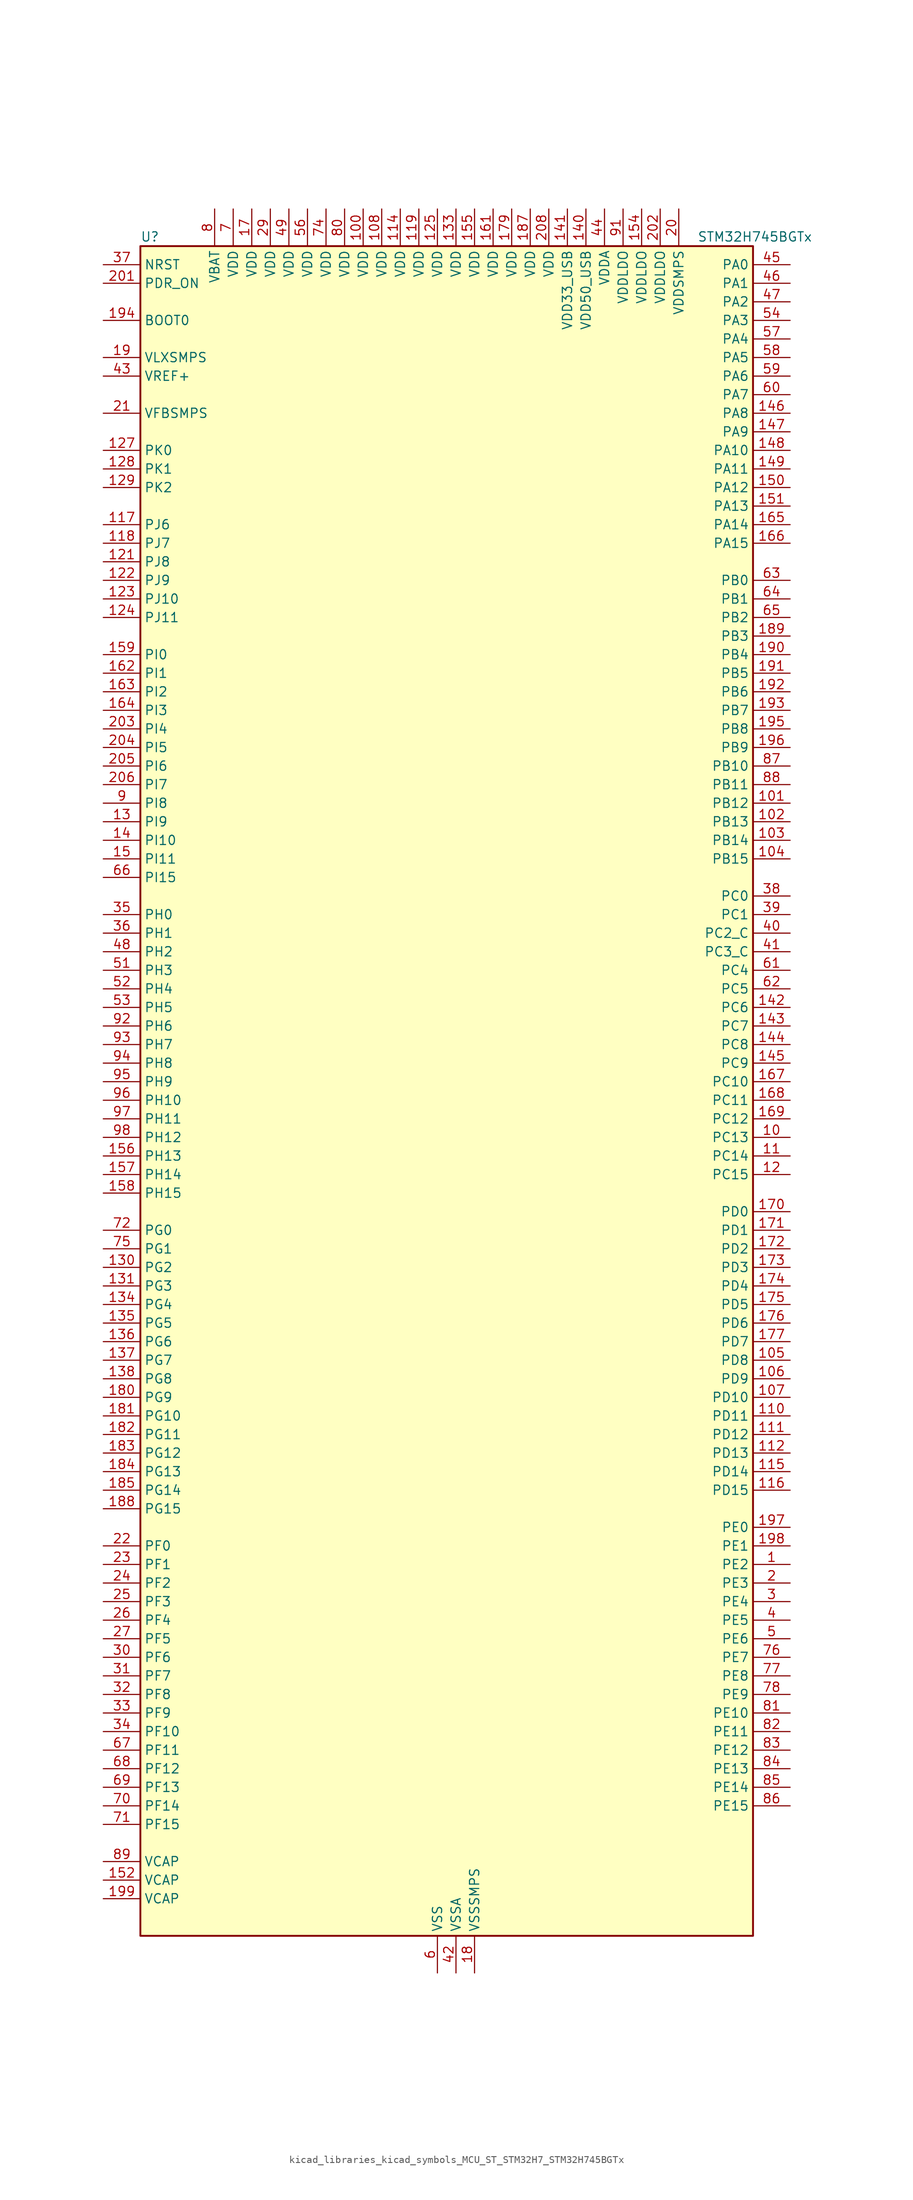
<source format=kicad_sym>
(kicad_symbol_lib
  (version 20220914)
  (generator kicad_symbol_editor)
  (symbol "kicad_libraries_kicad_symbols_MCU_ST_STM32H7_STM32H745BGTx"
    (property "Reference" "U"
      (at -40.64 118.11 0)
      (effects (font (size 1.27 1.27)) (justify left)))
    (property "Value" "STM32H745BGTx"
      (at 35.56 118.11 0)
      (effects (font (size 1.27 1.27)) (justify left)))
    (property "ki_locked" ""
      (at 0 0 0)
      (effects (font (size 1.27 1.27))))
    (symbol "kicad_libraries_kicad_symbols_MCU_ST_STM32H7_STM32H745BGTx_0_1"
      (rectangle (start -40.64 -114.3) (end 43.18 116.84) (stroke (width 0.254) (type default)) (fill (type background))))
    (symbol "kicad_libraries_kicad_symbols_MCU_ST_STM32H7_STM32H745BGTx_1_1"
      (pin bidirectional line (at 48.26 -63.5 180) (length 5.08) (name "PE2" (effects (font (size 1.27 1.27)))) (number "1" (effects (font (size 1.27 1.27)))) (alternate "DEBUG_TRACECLK" bidirectional line) (alternate "ETH_TXD3" bidirectional line) (alternate "FMC_A23" bidirectional line) (alternate "QUADSPI_BK1_IO2" bidirectional line) (alternate "SAI1_CK1" bidirectional line) (alternate "SAI1_MCLK_A" bidirectional line) (alternate "SAI4_CK1" bidirectional line) (alternate "SAI4_MCLK_A" bidirectional line) (alternate "SPI4_SCK" bidirectional line))
      (pin bidirectional line (at 48.26 -5.08 180) (length 5.08) (name "PC13" (effects (font (size 1.27 1.27)))) (number "10" (effects (font (size 1.27 1.27)))) (alternate "PWR_WKUP2" bidirectional line) (alternate "RTC_OUT_ALARM" bidirectional line) (alternate "RTC_OUT_CALIB" bidirectional line) (alternate "RTC_TAMP1" bidirectional line) (alternate "RTC_TS" bidirectional line))
      (pin power_in line (at -10.16 121.92 270) (length 5.08) (name "VDD" (effects (font (size 1.27 1.27)))) (number "100" (effects (font (size 1.27 1.27)))))
      (pin bidirectional line (at 48.26 40.64 180) (length 5.08) (name "PB12" (effects (font (size 1.27 1.27)))) (number "101" (effects (font (size 1.27 1.27)))) (alternate "DFSDM1_DATIN1" bidirectional line) (alternate "ETH_TXD0" bidirectional line) (alternate "FDCAN2_RX" bidirectional line) (alternate "I2C2_SMBA" bidirectional line) (alternate "I2S2_WS" bidirectional line) (alternate "SPI2_NSS" bidirectional line) (alternate "TIM1_BKIN" bidirectional line) (alternate "TIM1_BKIN_COMP1" bidirectional line) (alternate "TIM1_BKIN_COMP2" bidirectional line) (alternate "UART5_RX" bidirectional line) (alternate "USART3_CK" bidirectional line) (alternate "USB_OTG_HS_ID" bidirectional line) (alternate "USB_OTG_HS_ULPI_D5" bidirectional line))
      (pin bidirectional line (at 48.26 38.1 180) (length 5.08) (name "PB13" (effects (font (size 1.27 1.27)))) (number "102" (effects (font (size 1.27 1.27)))) (alternate "DFSDM1_CKIN1" bidirectional line) (alternate "ETH_TXD1" bidirectional line) (alternate "FDCAN2_TX" bidirectional line) (alternate "I2S2_CK" bidirectional line) (alternate "LPTIM2_OUT" bidirectional line) (alternate "SPI2_SCK" bidirectional line) (alternate "TIM1_CH1N" bidirectional line) (alternate "UART5_TX" bidirectional line) (alternate "USART3_CTS" bidirectional line) (alternate "USART3_NSS" bidirectional line) (alternate "USB_OTG_HS_ULPI_D6" bidirectional line) (alternate "USB_OTG_HS_VBUS" bidirectional line))
      (pin bidirectional line (at 48.26 35.56 180) (length 5.08) (name "PB14" (effects (font (size 1.27 1.27)))) (number "103" (effects (font (size 1.27 1.27)))) (alternate "DFSDM1_DATIN2" bidirectional line) (alternate "I2S2_SDI" bidirectional line) (alternate "SDMMC2_D0" bidirectional line) (alternate "SPI2_MISO" bidirectional line) (alternate "TIM12_CH1" bidirectional line) (alternate "TIM1_CH2N" bidirectional line) (alternate "TIM8_CH2N" bidirectional line) (alternate "UART4_DE" bidirectional line) (alternate "UART4_RTS" bidirectional line) (alternate "USART1_TX" bidirectional line) (alternate "USART3_DE" bidirectional line) (alternate "USART3_RTS" bidirectional line) (alternate "USB_OTG_HS_DM" bidirectional line))
      (pin bidirectional line (at 48.26 33.02 180) (length 5.08) (name "PB15" (effects (font (size 1.27 1.27)))) (number "104" (effects (font (size 1.27 1.27)))) (alternate "ADC1_EXTI15" bidirectional line) (alternate "ADC2_EXTI15" bidirectional line) (alternate "ADC3_EXTI15" bidirectional line) (alternate "DFSDM1_CKIN2" bidirectional line) (alternate "I2S2_SDO" bidirectional line) (alternate "RTC_REFIN" bidirectional line) (alternate "SDMMC2_D1" bidirectional line) (alternate "SPI2_MOSI" bidirectional line) (alternate "TIM12_CH2" bidirectional line) (alternate "TIM1_CH3N" bidirectional line) (alternate "TIM8_CH3N" bidirectional line) (alternate "UART4_CTS" bidirectional line) (alternate "USART1_RX" bidirectional line) (alternate "USB_OTG_HS_DP" bidirectional line))
      (pin bidirectional line (at 48.26 -35.56 180) (length 5.08) (name "PD8" (effects (font (size 1.27 1.27)))) (number "105" (effects (font (size 1.27 1.27)))) (alternate "DFSDM1_CKIN3" bidirectional line) (alternate "FMC_D13" bidirectional line) (alternate "FMC_DA13" bidirectional line) (alternate "SAI3_SCK_B" bidirectional line) (alternate "SPDIFRX1_IN1" bidirectional line) (alternate "USART3_TX" bidirectional line))
      (pin bidirectional line (at 48.26 -38.1 180) (length 5.08) (name "PD9" (effects (font (size 1.27 1.27)))) (number "106" (effects (font (size 1.27 1.27)))) (alternate "DAC1_EXTI9" bidirectional line) (alternate "DFSDM1_DATIN3" bidirectional line) (alternate "FMC_D14" bidirectional line) (alternate "FMC_DA14" bidirectional line) (alternate "SAI3_SD_B" bidirectional line) (alternate "USART3_RX" bidirectional line))
      (pin bidirectional line (at 48.26 -40.64 180) (length 5.08) (name "PD10" (effects (font (size 1.27 1.27)))) (number "107" (effects (font (size 1.27 1.27)))) (alternate "DFSDM1_CKOUT" bidirectional line) (alternate "FMC_D15" bidirectional line) (alternate "FMC_DA15" bidirectional line) (alternate "LTDC_B3" bidirectional line) (alternate "SAI3_FS_B" bidirectional line) (alternate "USART3_CK" bidirectional line))
      (pin power_in line (at -7.62 121.92 270) (length 5.08) (name "VDD" (effects (font (size 1.27 1.27)))) (number "108" (effects (font (size 1.27 1.27)))))
      (pin passive line (at 0 -119.38 90) (length 5.08) hide (name "VSS" (effects (font (size 1.27 1.27)))) (number "109" (effects (font (size 1.27 1.27)))))
      (pin bidirectional line (at 48.26 -7.62 180) (length 5.08) (name "PC14" (effects (font (size 1.27 1.27)))) (number "11" (effects (font (size 1.27 1.27)))) (alternate "RCC_OSC32_IN" bidirectional line))
      (pin bidirectional line (at 48.26 -43.18 180) (length 5.08) (name "PD11" (effects (font (size 1.27 1.27)))) (number "110" (effects (font (size 1.27 1.27)))) (alternate "ADC1_EXTI11" bidirectional line) (alternate "ADC2_EXTI11" bidirectional line) (alternate "ADC3_EXTI11" bidirectional line) (alternate "FMC_A16" bidirectional line) (alternate "FMC_CLE" bidirectional line) (alternate "I2C4_SMBA" bidirectional line) (alternate "LPTIM2_IN2" bidirectional line) (alternate "QUADSPI_BK1_IO0" bidirectional line) (alternate "SAI2_SD_A" bidirectional line) (alternate "USART3_CTS" bidirectional line) (alternate "USART3_NSS" bidirectional line))
      (pin bidirectional line (at 48.26 -45.72 180) (length 5.08) (name "PD12" (effects (font (size 1.27 1.27)))) (number "111" (effects (font (size 1.27 1.27)))) (alternate "FMC_A17" bidirectional line) (alternate "FMC_ALE" bidirectional line) (alternate "I2C4_SCL" bidirectional line) (alternate "LPTIM1_IN1" bidirectional line) (alternate "LPTIM2_IN1" bidirectional line) (alternate "QUADSPI_BK1_IO1" bidirectional line) (alternate "SAI2_FS_A" bidirectional line) (alternate "TIM4_CH1" bidirectional line) (alternate "USART3_DE" bidirectional line) (alternate "USART3_RTS" bidirectional line))
      (pin bidirectional line (at 48.26 -48.26 180) (length 5.08) (name "PD13" (effects (font (size 1.27 1.27)))) (number "112" (effects (font (size 1.27 1.27)))) (alternate "FMC_A18" bidirectional line) (alternate "I2C4_SDA" bidirectional line) (alternate "LPTIM1_OUT" bidirectional line) (alternate "QUADSPI_BK1_IO3" bidirectional line) (alternate "SAI2_SCK_A" bidirectional line) (alternate "TIM4_CH2" bidirectional line))
      (pin passive line (at 0 -119.38 90) (length 5.08) hide (name "VSS" (effects (font (size 1.27 1.27)))) (number "113" (effects (font (size 1.27 1.27)))))
      (pin power_in line (at -5.08 121.92 270) (length 5.08) (name "VDD" (effects (font (size 1.27 1.27)))) (number "114" (effects (font (size 1.27 1.27)))))
      (pin bidirectional line (at 48.26 -50.8 180) (length 5.08) (name "PD14" (effects (font (size 1.27 1.27)))) (number "115" (effects (font (size 1.27 1.27)))) (alternate "FMC_D0" bidirectional line) (alternate "FMC_DA0" bidirectional line) (alternate "SAI3_MCLK_B" bidirectional line) (alternate "TIM4_CH3" bidirectional line) (alternate "UART8_CTS" bidirectional line))
      (pin bidirectional line (at 48.26 -53.34 180) (length 5.08) (name "PD15" (effects (font (size 1.27 1.27)))) (number "116" (effects (font (size 1.27 1.27)))) (alternate "ADC1_EXTI15" bidirectional line) (alternate "ADC2_EXTI15" bidirectional line) (alternate "ADC3_EXTI15" bidirectional line) (alternate "FMC_D1" bidirectional line) (alternate "FMC_DA1" bidirectional line) (alternate "SAI3_MCLK_A" bidirectional line) (alternate "TIM4_CH4" bidirectional line) (alternate "UART8_DE" bidirectional line) (alternate "UART8_RTS" bidirectional line))
      (pin bidirectional line (at -45.72 78.74 0) (length 5.08) (name "PJ6" (effects (font (size 1.27 1.27)))) (number "117" (effects (font (size 1.27 1.27)))) (alternate "LTDC_R7" bidirectional line) (alternate "TIM8_CH2" bidirectional line))
      (pin bidirectional line (at -45.72 76.2 0) (length 5.08) (name "PJ7" (effects (font (size 1.27 1.27)))) (number "118" (effects (font (size 1.27 1.27)))) (alternate "DEBUG_TRGIN" bidirectional line) (alternate "LTDC_G0" bidirectional line) (alternate "TIM8_CH2N" bidirectional line))
      (pin power_in line (at -2.54 121.92 270) (length 5.08) (name "VDD" (effects (font (size 1.27 1.27)))) (number "119" (effects (font (size 1.27 1.27)))))
      (pin bidirectional line (at 48.26 -10.16 180) (length 5.08) (name "PC15" (effects (font (size 1.27 1.27)))) (number "12" (effects (font (size 1.27 1.27)))) (alternate "ADC1_EXTI15" bidirectional line) (alternate "ADC2_EXTI15" bidirectional line) (alternate "ADC3_EXTI15" bidirectional line) (alternate "RCC_OSC32_OUT" bidirectional line))
      (pin passive line (at 0 -119.38 90) (length 5.08) hide (name "VSS" (effects (font (size 1.27 1.27)))) (number "120" (effects (font (size 1.27 1.27)))))
      (pin bidirectional line (at -45.72 73.66 0) (length 5.08) (name "PJ8" (effects (font (size 1.27 1.27)))) (number "121" (effects (font (size 1.27 1.27)))) (alternate "LTDC_G1" bidirectional line) (alternate "TIM1_CH3N" bidirectional line) (alternate "TIM8_CH1" bidirectional line) (alternate "UART8_TX" bidirectional line))
      (pin bidirectional line (at -45.72 71.12 0) (length 5.08) (name "PJ9" (effects (font (size 1.27 1.27)))) (number "122" (effects (font (size 1.27 1.27)))) (alternate "DAC1_EXTI9" bidirectional line) (alternate "LTDC_G2" bidirectional line) (alternate "TIM1_CH3" bidirectional line) (alternate "TIM8_CH1N" bidirectional line) (alternate "UART8_RX" bidirectional line))
      (pin bidirectional line (at -45.72 68.58 0) (length 5.08) (name "PJ10" (effects (font (size 1.27 1.27)))) (number "123" (effects (font (size 1.27 1.27)))) (alternate "LTDC_G3" bidirectional line) (alternate "SPI5_MOSI" bidirectional line) (alternate "TIM1_CH2N" bidirectional line) (alternate "TIM8_CH2" bidirectional line))
      (pin bidirectional line (at -45.72 66.04 0) (length 5.08) (name "PJ11" (effects (font (size 1.27 1.27)))) (number "124" (effects (font (size 1.27 1.27)))) (alternate "ADC1_EXTI11" bidirectional line) (alternate "ADC2_EXTI11" bidirectional line) (alternate "ADC3_EXTI11" bidirectional line) (alternate "LTDC_G4" bidirectional line) (alternate "SPI5_MISO" bidirectional line) (alternate "TIM1_CH2" bidirectional line) (alternate "TIM8_CH2N" bidirectional line))
      (pin power_in line (at 0 121.92 270) (length 5.08) (name "VDD" (effects (font (size 1.27 1.27)))) (number "125" (effects (font (size 1.27 1.27)))))
      (pin passive line (at 0 -119.38 90) (length 5.08) hide (name "VSS" (effects (font (size 1.27 1.27)))) (number "126" (effects (font (size 1.27 1.27)))))
      (pin bidirectional line (at -45.72 88.9 0) (length 5.08) (name "PK0" (effects (font (size 1.27 1.27)))) (number "127" (effects (font (size 1.27 1.27)))) (alternate "LTDC_G5" bidirectional line) (alternate "SPI5_SCK" bidirectional line) (alternate "TIM1_CH1N" bidirectional line) (alternate "TIM8_CH3" bidirectional line))
      (pin bidirectional line (at -45.72 86.36 0) (length 5.08) (name "PK1" (effects (font (size 1.27 1.27)))) (number "128" (effects (font (size 1.27 1.27)))) (alternate "LTDC_G6" bidirectional line) (alternate "SPI5_NSS" bidirectional line) (alternate "TIM1_CH1" bidirectional line) (alternate "TIM8_CH3N" bidirectional line))
      (pin bidirectional line (at -45.72 83.82 0) (length 5.08) (name "PK2" (effects (font (size 1.27 1.27)))) (number "129" (effects (font (size 1.27 1.27)))) (alternate "LTDC_G7" bidirectional line) (alternate "TIM1_BKIN" bidirectional line) (alternate "TIM1_BKIN_COMP1" bidirectional line) (alternate "TIM1_BKIN_COMP2" bidirectional line) (alternate "TIM8_BKIN" bidirectional line) (alternate "TIM8_BKIN_COMP1" bidirectional line) (alternate "TIM8_BKIN_COMP2" bidirectional line))
      (pin bidirectional line (at -45.72 38.1 0) (length 5.08) (name "PI9" (effects (font (size 1.27 1.27)))) (number "13" (effects (font (size 1.27 1.27)))) (alternate "DAC1_EXTI9" bidirectional line) (alternate "FDCAN1_RX" bidirectional line) (alternate "FMC_D30" bidirectional line) (alternate "LTDC_VSYNC" bidirectional line) (alternate "UART4_RX" bidirectional line))
      (pin bidirectional line (at -45.72 -22.86 0) (length 5.08) (name "PG2" (effects (font (size 1.27 1.27)))) (number "130" (effects (font (size 1.27 1.27)))) (alternate "FMC_A12" bidirectional line) (alternate "TIM8_BKIN" bidirectional line) (alternate "TIM8_BKIN_COMP1" bidirectional line) (alternate "TIM8_BKIN_COMP2" bidirectional line))
      (pin bidirectional line (at -45.72 -25.4 0) (length 5.08) (name "PG3" (effects (font (size 1.27 1.27)))) (number "131" (effects (font (size 1.27 1.27)))) (alternate "FMC_A13" bidirectional line) (alternate "TIM8_BKIN2" bidirectional line) (alternate "TIM8_BKIN2_COMP1" bidirectional line) (alternate "TIM8_BKIN2_COMP2" bidirectional line))
      (pin passive line (at 0 -119.38 90) (length 5.08) hide (name "VSS" (effects (font (size 1.27 1.27)))) (number "132" (effects (font (size 1.27 1.27)))))
      (pin power_in line (at 2.54 121.92 270) (length 5.08) (name "VDD" (effects (font (size 1.27 1.27)))) (number "133" (effects (font (size 1.27 1.27)))))
      (pin bidirectional line (at -45.72 -27.94 0) (length 5.08) (name "PG4" (effects (font (size 1.27 1.27)))) (number "134" (effects (font (size 1.27 1.27)))) (alternate "FMC_A14" bidirectional line) (alternate "FMC_BA0" bidirectional line) (alternate "TIM1_BKIN2" bidirectional line) (alternate "TIM1_BKIN2_COMP1" bidirectional line) (alternate "TIM1_BKIN2_COMP2" bidirectional line))
      (pin bidirectional line (at -45.72 -30.48 0) (length 5.08) (name "PG5" (effects (font (size 1.27 1.27)))) (number "135" (effects (font (size 1.27 1.27)))) (alternate "FMC_A15" bidirectional line) (alternate "FMC_BA1" bidirectional line) (alternate "TIM1_ETR" bidirectional line))
      (pin bidirectional line (at -45.72 -33.02 0) (length 5.08) (name "PG6" (effects (font (size 1.27 1.27)))) (number "136" (effects (font (size 1.27 1.27)))) (alternate "DCMI_D12" bidirectional line) (alternate "FMC_NE3" bidirectional line) (alternate "HRTIM_CHE1" bidirectional line) (alternate "LTDC_R7" bidirectional line) (alternate "QUADSPI_BK1_NCS" bidirectional line) (alternate "TIM17_BKIN" bidirectional line))
      (pin bidirectional line (at -45.72 -35.56 0) (length 5.08) (name "PG7" (effects (font (size 1.27 1.27)))) (number "137" (effects (font (size 1.27 1.27)))) (alternate "DCMI_D13" bidirectional line) (alternate "FMC_INT" bidirectional line) (alternate "HRTIM_CHE2" bidirectional line) (alternate "LTDC_CLK" bidirectional line) (alternate "SAI1_MCLK_A" bidirectional line) (alternate "USART6_CK" bidirectional line))
      (pin bidirectional line (at -45.72 -38.1 0) (length 5.08) (name "PG8" (effects (font (size 1.27 1.27)))) (number "138" (effects (font (size 1.27 1.27)))) (alternate "ETH_PPS_OUT" bidirectional line) (alternate "FMC_SDCLK" bidirectional line) (alternate "LTDC_G7" bidirectional line) (alternate "SPDIFRX1_IN2" bidirectional line) (alternate "SPI6_NSS" bidirectional line) (alternate "TIM8_ETR" bidirectional line) (alternate "USART6_DE" bidirectional line) (alternate "USART6_RTS" bidirectional line))
      (pin passive line (at 0 -119.38 90) (length 5.08) hide (name "VSS" (effects (font (size 1.27 1.27)))) (number "139" (effects (font (size 1.27 1.27)))))
      (pin bidirectional line (at -45.72 35.56 0) (length 5.08) (name "PI10" (effects (font (size 1.27 1.27)))) (number "14" (effects (font (size 1.27 1.27)))) (alternate "ETH_RX_ER" bidirectional line) (alternate "FMC_D31" bidirectional line) (alternate "LTDC_HSYNC" bidirectional line))
      (pin power_in line (at 20.32 121.92 270) (length 5.08) (name "VDD50_USB" (effects (font (size 1.27 1.27)))) (number "140" (effects (font (size 1.27 1.27)))))
      (pin power_in line (at 17.78 121.92 270) (length 5.08) (name "VDD33_USB" (effects (font (size 1.27 1.27)))) (number "141" (effects (font (size 1.27 1.27)))))
      (pin bidirectional line (at 48.26 12.7 180) (length 5.08) (name "PC6" (effects (font (size 1.27 1.27)))) (number "142" (effects (font (size 1.27 1.27)))) (alternate "DCMI_D0" bidirectional line) (alternate "DFSDM1_CKIN3" bidirectional line) (alternate "FMC_NWAIT" bidirectional line) (alternate "HRTIM_CHA1" bidirectional line) (alternate "I2S2_MCK" bidirectional line) (alternate "LTDC_HSYNC" bidirectional line) (alternate "SDMMC1_D0DIR" bidirectional line) (alternate "SDMMC1_D6" bidirectional line) (alternate "SDMMC2_D6" bidirectional line) (alternate "SWPMI1_IO" bidirectional line) (alternate "TIM3_CH1" bidirectional line) (alternate "TIM8_CH1" bidirectional line) (alternate "USART6_TX" bidirectional line))
      (pin bidirectional line (at 48.26 10.16 180) (length 5.08) (name "PC7" (effects (font (size 1.27 1.27)))) (number "143" (effects (font (size 1.27 1.27)))) (alternate "DCMI_D1" bidirectional line) (alternate "DEBUG_TRGIO" bidirectional line) (alternate "DFSDM1_DATIN3" bidirectional line) (alternate "FMC_NE1" bidirectional line) (alternate "HRTIM_CHA2" bidirectional line) (alternate "I2S3_MCK" bidirectional line) (alternate "LTDC_G6" bidirectional line) (alternate "SDMMC1_D123DIR" bidirectional line) (alternate "SDMMC1_D7" bidirectional line) (alternate "SDMMC2_D7" bidirectional line) (alternate "SWPMI1_TX" bidirectional line) (alternate "TIM3_CH2" bidirectional line) (alternate "TIM8_CH2" bidirectional line) (alternate "USART6_RX" bidirectional line))
      (pin bidirectional line (at 48.26 7.62 180) (length 5.08) (name "PC8" (effects (font (size 1.27 1.27)))) (number "144" (effects (font (size 1.27 1.27)))) (alternate "DCMI_D2" bidirectional line) (alternate "DEBUG_TRACED1" bidirectional line) (alternate "FMC_NCE" bidirectional line) (alternate "FMC_NE2" bidirectional line) (alternate "HRTIM_CHB1" bidirectional line) (alternate "SDMMC1_D0" bidirectional line) (alternate "SWPMI1_RX" bidirectional line) (alternate "TIM3_CH3" bidirectional line) (alternate "TIM8_CH3" bidirectional line) (alternate "UART5_DE" bidirectional line) (alternate "UART5_RTS" bidirectional line) (alternate "USART6_CK" bidirectional line))
      (pin bidirectional line (at 48.26 5.08 180) (length 5.08) (name "PC9" (effects (font (size 1.27 1.27)))) (number "145" (effects (font (size 1.27 1.27)))) (alternate "DAC1_EXTI9" bidirectional line) (alternate "DCMI_D3" bidirectional line) (alternate "I2C3_SDA" bidirectional line) (alternate "I2S_CKIN" bidirectional line) (alternate "LTDC_B2" bidirectional line) (alternate "LTDC_G3" bidirectional line) (alternate "QUADSPI_BK1_IO0" bidirectional line) (alternate "RCC_MCO_2" bidirectional line) (alternate "SDMMC1_D1" bidirectional line) (alternate "SWPMI1_SUSPEND" bidirectional line) (alternate "TIM3_CH4" bidirectional line) (alternate "TIM8_CH4" bidirectional line) (alternate "UART5_CTS" bidirectional line))
      (pin bidirectional line (at 48.26 93.98 180) (length 5.08) (name "PA8" (effects (font (size 1.27 1.27)))) (number "146" (effects (font (size 1.27 1.27)))) (alternate "HRTIM_CHB2" bidirectional line) (alternate "I2C3_SCL" bidirectional line) (alternate "LTDC_B3" bidirectional line) (alternate "LTDC_R6" bidirectional line) (alternate "RCC_MCO_1" bidirectional line) (alternate "TIM1_CH1" bidirectional line) (alternate "TIM8_BKIN2" bidirectional line) (alternate "TIM8_BKIN2_COMP1" bidirectional line) (alternate "TIM8_BKIN2_COMP2" bidirectional line) (alternate "UART7_RX" bidirectional line) (alternate "USART1_CK" bidirectional line) (alternate "USB_OTG_FS_SOF" bidirectional line))
      (pin bidirectional line (at 48.26 91.44 180) (length 5.08) (name "PA9" (effects (font (size 1.27 1.27)))) (number "147" (effects (font (size 1.27 1.27)))) (alternate "DAC1_EXTI9" bidirectional line) (alternate "DCMI_D0" bidirectional line) (alternate "HRTIM_CHC1" bidirectional line) (alternate "I2C3_SMBA" bidirectional line) (alternate "I2S2_CK" bidirectional line) (alternate "LPUART1_TX" bidirectional line) (alternate "LTDC_R5" bidirectional line) (alternate "SPI2_SCK" bidirectional line) (alternate "TIM1_CH2" bidirectional line) (alternate "USART1_TX" bidirectional line) (alternate "USB_OTG_FS_VBUS" bidirectional line))
      (pin bidirectional line (at 48.26 88.9 180) (length 5.08) (name "PA10" (effects (font (size 1.27 1.27)))) (number "148" (effects (font (size 1.27 1.27)))) (alternate "DCMI_D1" bidirectional line) (alternate "HRTIM_CHC2" bidirectional line) (alternate "LPUART1_RX" bidirectional line) (alternate "LTDC_B1" bidirectional line) (alternate "LTDC_B4" bidirectional line) (alternate "MDIOS_MDIO" bidirectional line) (alternate "TIM1_CH3" bidirectional line) (alternate "USART1_RX" bidirectional line) (alternate "USB_OTG_FS_ID" bidirectional line))
      (pin bidirectional line (at 48.26 86.36 180) (length 5.08) (name "PA11" (effects (font (size 1.27 1.27)))) (number "149" (effects (font (size 1.27 1.27)))) (alternate "ADC1_EXTI11" bidirectional line) (alternate "ADC2_EXTI11" bidirectional line) (alternate "ADC3_EXTI11" bidirectional line) (alternate "FDCAN1_RX" bidirectional line) (alternate "HRTIM_CHD1" bidirectional line) (alternate "I2S2_WS" bidirectional line) (alternate "LPUART1_CTS" bidirectional line) (alternate "LTDC_R4" bidirectional line) (alternate "SPI2_NSS" bidirectional line) (alternate "TIM1_CH4" bidirectional line) (alternate "UART4_RX" bidirectional line) (alternate "USART1_CTS" bidirectional line) (alternate "USART1_NSS" bidirectional line) (alternate "USB_OTG_FS_DM" bidirectional line))
      (pin bidirectional line (at -45.72 33.02 0) (length 5.08) (name "PI11" (effects (font (size 1.27 1.27)))) (number "15" (effects (font (size 1.27 1.27)))) (alternate "ADC1_EXTI11" bidirectional line) (alternate "ADC2_EXTI11" bidirectional line) (alternate "ADC3_EXTI11" bidirectional line) (alternate "LTDC_G6" bidirectional line) (alternate "PWR_WKUP4" bidirectional line) (alternate "USB_OTG_HS_ULPI_DIR" bidirectional line))
      (pin bidirectional line (at 48.26 83.82 180) (length 5.08) (name "PA12" (effects (font (size 1.27 1.27)))) (number "150" (effects (font (size 1.27 1.27)))) (alternate "FDCAN1_TX" bidirectional line) (alternate "HRTIM_CHD2" bidirectional line) (alternate "I2S2_CK" bidirectional line) (alternate "LPUART1_DE" bidirectional line) (alternate "LPUART1_RTS" bidirectional line) (alternate "LTDC_R5" bidirectional line) (alternate "SAI2_FS_B" bidirectional line) (alternate "SPI2_SCK" bidirectional line) (alternate "TIM1_ETR" bidirectional line) (alternate "UART4_TX" bidirectional line) (alternate "USART1_DE" bidirectional line) (alternate "USART1_RTS" bidirectional line) (alternate "USB_OTG_FS_DP" bidirectional line))
      (pin bidirectional line (at 48.26 81.28 180) (length 5.08) (name "PA13" (effects (font (size 1.27 1.27)))) (number "151" (effects (font (size 1.27 1.27)))) (alternate "DEBUG_JTMS-SWDIO" bidirectional line))
      (pin power_out line (at -45.72 -106.68 0) (length 5.08) (name "VCAP" (effects (font (size 1.27 1.27)))) (number "152" (effects (font (size 1.27 1.27)))))
      (pin passive line (at 0 -119.38 90) (length 5.08) hide (name "VSS" (effects (font (size 1.27 1.27)))) (number "153" (effects (font (size 1.27 1.27)))))
      (pin power_in line (at 27.94 121.92 270) (length 5.08) (name "VDDLDO" (effects (font (size 1.27 1.27)))) (number "154" (effects (font (size 1.27 1.27)))))
      (pin power_in line (at 5.08 121.92 270) (length 5.08) (name "VDD" (effects (font (size 1.27 1.27)))) (number "155" (effects (font (size 1.27 1.27)))))
      (pin bidirectional line (at -45.72 -7.62 0) (length 5.08) (name "PH13" (effects (font (size 1.27 1.27)))) (number "156" (effects (font (size 1.27 1.27)))) (alternate "FDCAN1_TX" bidirectional line) (alternate "FMC_D21" bidirectional line) (alternate "LTDC_G2" bidirectional line) (alternate "TIM8_CH1N" bidirectional line) (alternate "UART4_TX" bidirectional line))
      (pin bidirectional line (at -45.72 -10.16 0) (length 5.08) (name "PH14" (effects (font (size 1.27 1.27)))) (number "157" (effects (font (size 1.27 1.27)))) (alternate "DCMI_D4" bidirectional line) (alternate "FDCAN1_RX" bidirectional line) (alternate "FMC_D22" bidirectional line) (alternate "LTDC_G3" bidirectional line) (alternate "TIM8_CH2N" bidirectional line) (alternate "UART4_RX" bidirectional line))
      (pin bidirectional line (at -45.72 -12.7 0) (length 5.08) (name "PH15" (effects (font (size 1.27 1.27)))) (number "158" (effects (font (size 1.27 1.27)))) (alternate "ADC1_EXTI15" bidirectional line) (alternate "ADC2_EXTI15" bidirectional line) (alternate "ADC3_EXTI15" bidirectional line) (alternate "DCMI_D11" bidirectional line) (alternate "FMC_D23" bidirectional line) (alternate "LTDC_G4" bidirectional line) (alternate "TIM8_CH3N" bidirectional line))
      (pin bidirectional line (at -45.72 60.96 0) (length 5.08) (name "PI0" (effects (font (size 1.27 1.27)))) (number "159" (effects (font (size 1.27 1.27)))) (alternate "DCMI_D13" bidirectional line) (alternate "FMC_D24" bidirectional line) (alternate "I2S2_WS" bidirectional line) (alternate "LTDC_G5" bidirectional line) (alternate "SPI2_NSS" bidirectional line) (alternate "TIM5_CH4" bidirectional line))
      (pin passive line (at 0 -119.38 90) (length 5.08) hide (name "VSS" (effects (font (size 1.27 1.27)))) (number "16" (effects (font (size 1.27 1.27)))))
      (pin passive line (at 0 -119.38 90) (length 5.08) hide (name "VSS" (effects (font (size 1.27 1.27)))) (number "160" (effects (font (size 1.27 1.27)))))
      (pin power_in line (at 7.62 121.92 270) (length 5.08) (name "VDD" (effects (font (size 1.27 1.27)))) (number "161" (effects (font (size 1.27 1.27)))))
      (pin bidirectional line (at -45.72 58.42 0) (length 5.08) (name "PI1" (effects (font (size 1.27 1.27)))) (number "162" (effects (font (size 1.27 1.27)))) (alternate "DCMI_D8" bidirectional line) (alternate "FMC_D25" bidirectional line) (alternate "I2S2_CK" bidirectional line) (alternate "LTDC_G6" bidirectional line) (alternate "SPI2_SCK" bidirectional line) (alternate "TIM8_BKIN2" bidirectional line) (alternate "TIM8_BKIN2_COMP1" bidirectional line) (alternate "TIM8_BKIN2_COMP2" bidirectional line))
      (pin bidirectional line (at -45.72 55.88 0) (length 5.08) (name "PI2" (effects (font (size 1.27 1.27)))) (number "163" (effects (font (size 1.27 1.27)))) (alternate "DCMI_D9" bidirectional line) (alternate "FMC_D26" bidirectional line) (alternate "I2S2_SDI" bidirectional line) (alternate "LTDC_G7" bidirectional line) (alternate "SPI2_MISO" bidirectional line) (alternate "TIM8_CH4" bidirectional line))
      (pin bidirectional line (at -45.72 53.34 0) (length 5.08) (name "PI3" (effects (font (size 1.27 1.27)))) (number "164" (effects (font (size 1.27 1.27)))) (alternate "DCMI_D10" bidirectional line) (alternate "FMC_D27" bidirectional line) (alternate "I2S2_SDO" bidirectional line) (alternate "SPI2_MOSI" bidirectional line) (alternate "TIM8_ETR" bidirectional line))
      (pin bidirectional line (at 48.26 78.74 180) (length 5.08) (name "PA14" (effects (font (size 1.27 1.27)))) (number "165" (effects (font (size 1.27 1.27)))) (alternate "DEBUG_JTCK-SWCLK" bidirectional line))
      (pin bidirectional line (at 48.26 76.2 180) (length 5.08) (name "PA15" (effects (font (size 1.27 1.27)))) (number "166" (effects (font (size 1.27 1.27)))) (alternate "ADC1_EXTI15" bidirectional line) (alternate "ADC2_EXTI15" bidirectional line) (alternate "ADC3_EXTI15" bidirectional line) (alternate "CEC" bidirectional line) (alternate "DEBUG_JTDI" bidirectional line) (alternate "HRTIM_FLT1" bidirectional line) (alternate "I2S1_WS" bidirectional line) (alternate "I2S3_WS" bidirectional line) (alternate "SPI1_NSS" bidirectional line) (alternate "SPI3_NSS" bidirectional line) (alternate "SPI6_NSS" bidirectional line) (alternate "TIM2_CH1" bidirectional line) (alternate "TIM2_ETR" bidirectional line) (alternate "UART4_DE" bidirectional line) (alternate "UART4_RTS" bidirectional line) (alternate "UART7_TX" bidirectional line))
      (pin bidirectional line (at 48.26 2.54 180) (length 5.08) (name "PC10" (effects (font (size 1.27 1.27)))) (number "167" (effects (font (size 1.27 1.27)))) (alternate "DCMI_D8" bidirectional line) (alternate "DFSDM1_CKIN5" bidirectional line) (alternate "HRTIM_EEV1" bidirectional line) (alternate "I2S3_CK" bidirectional line) (alternate "LTDC_R2" bidirectional line) (alternate "QUADSPI_BK1_IO1" bidirectional line) (alternate "SDMMC1_D2" bidirectional line) (alternate "SPI3_SCK" bidirectional line) (alternate "UART4_TX" bidirectional line) (alternate "USART3_TX" bidirectional line))
      (pin bidirectional line (at 48.26 0 180) (length 5.08) (name "PC11" (effects (font (size 1.27 1.27)))) (number "168" (effects (font (size 1.27 1.27)))) (alternate "ADC1_EXTI11" bidirectional line) (alternate "ADC2_EXTI11" bidirectional line) (alternate "ADC3_EXTI11" bidirectional line) (alternate "DCMI_D4" bidirectional line) (alternate "DFSDM1_DATIN5" bidirectional line) (alternate "HRTIM_FLT2" bidirectional line) (alternate "I2S3_SDI" bidirectional line) (alternate "QUADSPI_BK2_NCS" bidirectional line) (alternate "SDMMC1_D3" bidirectional line) (alternate "SPI3_MISO" bidirectional line) (alternate "UART4_RX" bidirectional line) (alternate "USART3_RX" bidirectional line))
      (pin bidirectional line (at 48.26 -2.54 180) (length 5.08) (name "PC12" (effects (font (size 1.27 1.27)))) (number "169" (effects (font (size 1.27 1.27)))) (alternate "DCMI_D9" bidirectional line) (alternate "DEBUG_TRACED3" bidirectional line) (alternate "HRTIM_EEV2" bidirectional line) (alternate "I2S3_SDO" bidirectional line) (alternate "SDMMC1_CK" bidirectional line) (alternate "SPI3_MOSI" bidirectional line) (alternate "UART5_TX" bidirectional line) (alternate "USART3_CK" bidirectional line))
      (pin power_in line (at -25.4 121.92 270) (length 5.08) (name "VDD" (effects (font (size 1.27 1.27)))) (number "17" (effects (font (size 1.27 1.27)))))
      (pin bidirectional line (at 48.26 -15.24 180) (length 5.08) (name "PD0" (effects (font (size 1.27 1.27)))) (number "170" (effects (font (size 1.27 1.27)))) (alternate "DFSDM1_CKIN6" bidirectional line) (alternate "FDCAN1_RX" bidirectional line) (alternate "FMC_D2" bidirectional line) (alternate "FMC_DA2" bidirectional line) (alternate "SAI3_SCK_A" bidirectional line) (alternate "UART4_RX" bidirectional line))
      (pin bidirectional line (at 48.26 -17.78 180) (length 5.08) (name "PD1" (effects (font (size 1.27 1.27)))) (number "171" (effects (font (size 1.27 1.27)))) (alternate "DFSDM1_DATIN6" bidirectional line) (alternate "FDCAN1_TX" bidirectional line) (alternate "FMC_D3" bidirectional line) (alternate "FMC_DA3" bidirectional line) (alternate "SAI3_SD_A" bidirectional line) (alternate "UART4_TX" bidirectional line))
      (pin bidirectional line (at 48.26 -20.32 180) (length 5.08) (name "PD2" (effects (font (size 1.27 1.27)))) (number "172" (effects (font (size 1.27 1.27)))) (alternate "DCMI_D11" bidirectional line) (alternate "DEBUG_TRACED2" bidirectional line) (alternate "SDMMC1_CMD" bidirectional line) (alternate "TIM3_ETR" bidirectional line) (alternate "UART5_RX" bidirectional line))
      (pin bidirectional line (at 48.26 -22.86 180) (length 5.08) (name "PD3" (effects (font (size 1.27 1.27)))) (number "173" (effects (font (size 1.27 1.27)))) (alternate "DCMI_D5" bidirectional line) (alternate "DFSDM1_CKOUT" bidirectional line) (alternate "FMC_CLK" bidirectional line) (alternate "I2S2_CK" bidirectional line) (alternate "LTDC_G7" bidirectional line) (alternate "SPI2_SCK" bidirectional line) (alternate "USART2_CTS" bidirectional line) (alternate "USART2_NSS" bidirectional line))
      (pin bidirectional line (at 48.26 -25.4 180) (length 5.08) (name "PD4" (effects (font (size 1.27 1.27)))) (number "174" (effects (font (size 1.27 1.27)))) (alternate "FMC_NOE" bidirectional line) (alternate "HRTIM_FLT3" bidirectional line) (alternate "SAI3_FS_A" bidirectional line) (alternate "USART2_DE" bidirectional line) (alternate "USART2_RTS" bidirectional line))
      (pin bidirectional line (at 48.26 -27.94 180) (length 5.08) (name "PD5" (effects (font (size 1.27 1.27)))) (number "175" (effects (font (size 1.27 1.27)))) (alternate "FMC_NWE" bidirectional line) (alternate "HRTIM_EEV3" bidirectional line) (alternate "USART2_TX" bidirectional line))
      (pin bidirectional line (at 48.26 -30.48 180) (length 5.08) (name "PD6" (effects (font (size 1.27 1.27)))) (number "176" (effects (font (size 1.27 1.27)))) (alternate "DCMI_D10" bidirectional line) (alternate "DFSDM1_CKIN4" bidirectional line) (alternate "DFSDM1_DATIN1" bidirectional line) (alternate "FMC_NWAIT" bidirectional line) (alternate "I2S3_SDO" bidirectional line) (alternate "LTDC_B2" bidirectional line) (alternate "SAI1_D1" bidirectional line) (alternate "SAI1_SD_A" bidirectional line) (alternate "SAI4_D1" bidirectional line) (alternate "SAI4_SD_A" bidirectional line) (alternate "SDMMC2_CK" bidirectional line) (alternate "SPI3_MOSI" bidirectional line) (alternate "USART2_RX" bidirectional line))
      (pin bidirectional line (at 48.26 -33.02 180) (length 5.08) (name "PD7" (effects (font (size 1.27 1.27)))) (number "177" (effects (font (size 1.27 1.27)))) (alternate "DFSDM1_CKIN1" bidirectional line) (alternate "DFSDM1_DATIN4" bidirectional line) (alternate "FMC_NE1" bidirectional line) (alternate "I2S1_SDO" bidirectional line) (alternate "SDMMC2_CMD" bidirectional line) (alternate "SPDIFRX1_IN0" bidirectional line) (alternate "SPI1_MOSI" bidirectional line) (alternate "USART2_CK" bidirectional line))
      (pin passive line (at 0 -119.38 90) (length 5.08) hide (name "VSS" (effects (font (size 1.27 1.27)))) (number "178" (effects (font (size 1.27 1.27)))))
      (pin power_in line (at 10.16 121.92 270) (length 5.08) (name "VDD" (effects (font (size 1.27 1.27)))) (number "179" (effects (font (size 1.27 1.27)))))
      (pin power_in line (at 5.08 -119.38 90) (length 5.08) (name "VSSSMPS" (effects (font (size 1.27 1.27)))) (number "18" (effects (font (size 1.27 1.27)))))
      (pin bidirectional line (at -45.72 -40.64 0) (length 5.08) (name "PG9" (effects (font (size 1.27 1.27)))) (number "180" (effects (font (size 1.27 1.27)))) (alternate "DAC1_EXTI9" bidirectional line) (alternate "DCMI_VSYNC" bidirectional line) (alternate "FMC_NCE" bidirectional line) (alternate "FMC_NE2" bidirectional line) (alternate "I2S1_SDI" bidirectional line) (alternate "QUADSPI_BK2_IO2" bidirectional line) (alternate "SAI2_FS_B" bidirectional line) (alternate "SPDIFRX1_IN3" bidirectional line) (alternate "SPI1_MISO" bidirectional line) (alternate "USART6_RX" bidirectional line))
      (pin bidirectional line (at -45.72 -43.18 0) (length 5.08) (name "PG10" (effects (font (size 1.27 1.27)))) (number "181" (effects (font (size 1.27 1.27)))) (alternate "DCMI_D2" bidirectional line) (alternate "FMC_NE3" bidirectional line) (alternate "HRTIM_FLT5" bidirectional line) (alternate "I2S1_WS" bidirectional line) (alternate "LTDC_B2" bidirectional line) (alternate "LTDC_G3" bidirectional line) (alternate "SAI2_SD_B" bidirectional line) (alternate "SPI1_NSS" bidirectional line))
      (pin bidirectional line (at -45.72 -45.72 0) (length 5.08) (name "PG11" (effects (font (size 1.27 1.27)))) (number "182" (effects (font (size 1.27 1.27)))) (alternate "ADC1_EXTI11" bidirectional line) (alternate "ADC2_EXTI11" bidirectional line) (alternate "ADC3_EXTI11" bidirectional line) (alternate "DCMI_D3" bidirectional line) (alternate "ETH_TX_EN" bidirectional line) (alternate "HRTIM_EEV4" bidirectional line) (alternate "I2S1_CK" bidirectional line) (alternate "LPTIM1_IN2" bidirectional line) (alternate "LTDC_B3" bidirectional line) (alternate "SDMMC2_D2" bidirectional line) (alternate "SPDIFRX1_IN0" bidirectional line) (alternate "SPI1_SCK" bidirectional line))
      (pin bidirectional line (at -45.72 -48.26 0) (length 5.08) (name "PG12" (effects (font (size 1.27 1.27)))) (number "183" (effects (font (size 1.27 1.27)))) (alternate "ETH_TXD1" bidirectional line) (alternate "FMC_NE4" bidirectional line) (alternate "HRTIM_EEV5" bidirectional line) (alternate "LPTIM1_IN1" bidirectional line) (alternate "LTDC_B1" bidirectional line) (alternate "LTDC_B4" bidirectional line) (alternate "SPDIFRX1_IN1" bidirectional line) (alternate "SPI6_MISO" bidirectional line) (alternate "USART6_DE" bidirectional line) (alternate "USART6_RTS" bidirectional line))
      (pin bidirectional line (at -45.72 -50.8 0) (length 5.08) (name "PG13" (effects (font (size 1.27 1.27)))) (number "184" (effects (font (size 1.27 1.27)))) (alternate "DEBUG_TRACED0" bidirectional line) (alternate "ETH_TXD0" bidirectional line) (alternate "FMC_A24" bidirectional line) (alternate "HRTIM_EEV10" bidirectional line) (alternate "LPTIM1_OUT" bidirectional line) (alternate "LTDC_R0" bidirectional line) (alternate "SPI6_SCK" bidirectional line) (alternate "USART6_CTS" bidirectional line) (alternate "USART6_NSS" bidirectional line))
      (pin bidirectional line (at -45.72 -53.34 0) (length 5.08) (name "PG14" (effects (font (size 1.27 1.27)))) (number "185" (effects (font (size 1.27 1.27)))) (alternate "DEBUG_TRACED1" bidirectional line) (alternate "ETH_TXD1" bidirectional line) (alternate "FMC_A25" bidirectional line) (alternate "LPTIM1_ETR" bidirectional line) (alternate "LTDC_B0" bidirectional line) (alternate "QUADSPI_BK2_IO3" bidirectional line) (alternate "SPI6_MOSI" bidirectional line) (alternate "USART6_TX" bidirectional line))
      (pin passive line (at 0 -119.38 90) (length 5.08) hide (name "VSS" (effects (font (size 1.27 1.27)))) (number "186" (effects (font (size 1.27 1.27)))))
      (pin power_in line (at 12.7 121.92 270) (length 5.08) (name "VDD" (effects (font (size 1.27 1.27)))) (number "187" (effects (font (size 1.27 1.27)))))
      (pin bidirectional line (at -45.72 -55.88 0) (length 5.08) (name "PG15" (effects (font (size 1.27 1.27)))) (number "188" (effects (font (size 1.27 1.27)))) (alternate "ADC1_EXTI15" bidirectional line) (alternate "ADC2_EXTI15" bidirectional line) (alternate "ADC3_EXTI15" bidirectional line) (alternate "DCMI_D13" bidirectional line) (alternate "FMC_SDNCAS" bidirectional line) (alternate "USART6_CTS" bidirectional line) (alternate "USART6_NSS" bidirectional line))
      (pin bidirectional line (at 48.26 63.5 180) (length 5.08) (name "PB3" (effects (font (size 1.27 1.27)))) (number "189" (effects (font (size 1.27 1.27)))) (alternate "CRS_SYNC" bidirectional line) (alternate "DEBUG_JTDO-SWO" bidirectional line) (alternate "HRTIM_FLT4" bidirectional line) (alternate "I2S1_CK" bidirectional line) (alternate "I2S3_CK" bidirectional line) (alternate "SDMMC2_D2" bidirectional line) (alternate "SPI1_SCK" bidirectional line) (alternate "SPI3_SCK" bidirectional line) (alternate "SPI6_SCK" bidirectional line) (alternate "TIM2_CH2" bidirectional line) (alternate "UART7_RX" bidirectional line))
      (pin power_in line (at -45.72 101.6 0) (length 5.08) (name "VLXSMPS" (effects (font (size 1.27 1.27)))) (number "19" (effects (font (size 1.27 1.27)))))
      (pin bidirectional line (at 48.26 60.96 180) (length 5.08) (name "PB4" (effects (font (size 1.27 1.27)))) (number "190" (effects (font (size 1.27 1.27)))) (alternate "DEBUG_JTRST" bidirectional line) (alternate "HRTIM_EEV6" bidirectional line) (alternate "I2S1_SDI" bidirectional line) (alternate "I2S2_WS" bidirectional line) (alternate "I2S3_SDI" bidirectional line) (alternate "SDMMC2_D3" bidirectional line) (alternate "SPI1_MISO" bidirectional line) (alternate "SPI2_NSS" bidirectional line) (alternate "SPI3_MISO" bidirectional line) (alternate "SPI6_MISO" bidirectional line) (alternate "TIM16_BKIN" bidirectional line) (alternate "TIM3_CH1" bidirectional line) (alternate "UART7_TX" bidirectional line))
      (pin bidirectional line (at 48.26 58.42 180) (length 5.08) (name "PB5" (effects (font (size 1.27 1.27)))) (number "191" (effects (font (size 1.27 1.27)))) (alternate "DCMI_D10" bidirectional line) (alternate "ETH_PPS_OUT" bidirectional line) (alternate "FDCAN2_RX" bidirectional line) (alternate "FMC_SDCKE1" bidirectional line) (alternate "HRTIM_EEV7" bidirectional line) (alternate "I2C1_SMBA" bidirectional line) (alternate "I2C4_SMBA" bidirectional line) (alternate "I2S1_SDO" bidirectional line) (alternate "I2S3_SDO" bidirectional line) (alternate "SPI1_MOSI" bidirectional line) (alternate "SPI3_MOSI" bidirectional line) (alternate "SPI6_MOSI" bidirectional line) (alternate "TIM17_BKIN" bidirectional line) (alternate "TIM3_CH2" bidirectional line) (alternate "UART5_RX" bidirectional line) (alternate "USB_OTG_HS_ULPI_D7" bidirectional line))
      (pin bidirectional line (at 48.26 55.88 180) (length 5.08) (name "PB6" (effects (font (size 1.27 1.27)))) (number "192" (effects (font (size 1.27 1.27)))) (alternate "CEC" bidirectional line) (alternate "DCMI_D5" bidirectional line) (alternate "DFSDM1_DATIN5" bidirectional line) (alternate "FDCAN2_TX" bidirectional line) (alternate "FMC_SDNE1" bidirectional line) (alternate "HRTIM_EEV8" bidirectional line) (alternate "I2C1_SCL" bidirectional line) (alternate "I2C4_SCL" bidirectional line) (alternate "LPUART1_TX" bidirectional line) (alternate "QUADSPI_BK1_NCS" bidirectional line) (alternate "TIM16_CH1N" bidirectional line) (alternate "TIM4_CH1" bidirectional line) (alternate "UART5_TX" bidirectional line) (alternate "USART1_TX" bidirectional line))
      (pin bidirectional line (at 48.26 53.34 180) (length 5.08) (name "PB7" (effects (font (size 1.27 1.27)))) (number "193" (effects (font (size 1.27 1.27)))) (alternate "DCMI_VSYNC" bidirectional line) (alternate "DFSDM1_CKIN5" bidirectional line) (alternate "FMC_NL" bidirectional line) (alternate "HRTIM_EEV9" bidirectional line) (alternate "I2C1_SDA" bidirectional line) (alternate "I2C4_SDA" bidirectional line) (alternate "LPUART1_RX" bidirectional line) (alternate "PWR_PVD_IN" bidirectional line) (alternate "TIM17_CH1N" bidirectional line) (alternate "TIM4_CH2" bidirectional line) (alternate "USART1_RX" bidirectional line))
      (pin input line (at -45.72 106.68 0) (length 5.08) (name "BOOT0" (effects (font (size 1.27 1.27)))) (number "194" (effects (font (size 1.27 1.27)))))
      (pin bidirectional line (at 48.26 50.8 180) (length 5.08) (name "PB8" (effects (font (size 1.27 1.27)))) (number "195" (effects (font (size 1.27 1.27)))) (alternate "DCMI_D6" bidirectional line) (alternate "DFSDM1_CKIN7" bidirectional line) (alternate "ETH_TXD3" bidirectional line) (alternate "FDCAN1_RX" bidirectional line) (alternate "I2C1_SCL" bidirectional line) (alternate "I2C4_SCL" bidirectional line) (alternate "LTDC_B6" bidirectional line) (alternate "SDMMC1_CKIN" bidirectional line) (alternate "SDMMC1_D4" bidirectional line) (alternate "SDMMC2_D4" bidirectional line) (alternate "TIM16_CH1" bidirectional line) (alternate "TIM4_CH3" bidirectional line) (alternate "UART4_RX" bidirectional line))
      (pin bidirectional line (at 48.26 48.26 180) (length 5.08) (name "PB9" (effects (font (size 1.27 1.27)))) (number "196" (effects (font (size 1.27 1.27)))) (alternate "DAC1_EXTI9" bidirectional line) (alternate "DCMI_D7" bidirectional line) (alternate "DFSDM1_DATIN7" bidirectional line) (alternate "FDCAN1_TX" bidirectional line) (alternate "I2C1_SDA" bidirectional line) (alternate "I2C4_SDA" bidirectional line) (alternate "I2C4_SMBA" bidirectional line) (alternate "I2S2_WS" bidirectional line) (alternate "LTDC_B7" bidirectional line) (alternate "SDMMC1_CDIR" bidirectional line) (alternate "SDMMC1_D5" bidirectional line) (alternate "SDMMC2_D5" bidirectional line) (alternate "SPI2_NSS" bidirectional line) (alternate "TIM17_CH1" bidirectional line) (alternate "TIM4_CH4" bidirectional line) (alternate "UART4_TX" bidirectional line))
      (pin bidirectional line (at 48.26 -58.42 180) (length 5.08) (name "PE0" (effects (font (size 1.27 1.27)))) (number "197" (effects (font (size 1.27 1.27)))) (alternate "DCMI_D2" bidirectional line) (alternate "FMC_NBL0" bidirectional line) (alternate "HRTIM_SCIN" bidirectional line) (alternate "LPTIM1_ETR" bidirectional line) (alternate "LPTIM2_ETR" bidirectional line) (alternate "SAI2_MCLK_A" bidirectional line) (alternate "TIM4_ETR" bidirectional line) (alternate "UART8_RX" bidirectional line))
      (pin bidirectional line (at 48.26 -60.96 180) (length 5.08) (name "PE1" (effects (font (size 1.27 1.27)))) (number "198" (effects (font (size 1.27 1.27)))) (alternate "DCMI_D3" bidirectional line) (alternate "FMC_NBL1" bidirectional line) (alternate "HRTIM_SCOUT" bidirectional line) (alternate "LPTIM1_IN2" bidirectional line) (alternate "UART8_TX" bidirectional line))
      (pin power_out line (at -45.72 -109.22 0) (length 5.08) (name "VCAP" (effects (font (size 1.27 1.27)))) (number "199" (effects (font (size 1.27 1.27)))))
      (pin bidirectional line (at 48.26 -66.04 180) (length 5.08) (name "PE3" (effects (font (size 1.27 1.27)))) (number "2" (effects (font (size 1.27 1.27)))) (alternate "DEBUG_TRACED0" bidirectional line) (alternate "FMC_A19" bidirectional line) (alternate "SAI1_SD_B" bidirectional line) (alternate "SAI4_SD_B" bidirectional line) (alternate "TIM15_BKIN" bidirectional line))
      (pin power_in line (at 33.02 121.92 270) (length 5.08) (name "VDDSMPS" (effects (font (size 1.27 1.27)))) (number "20" (effects (font (size 1.27 1.27)))))
      (pin passive line (at 0 -119.38 90) (length 5.08) hide (name "VSS" (effects (font (size 1.27 1.27)))) (number "200" (effects (font (size 1.27 1.27)))))
      (pin input line (at -45.72 111.76 0) (length 5.08) (name "PDR_ON" (effects (font (size 1.27 1.27)))) (number "201" (effects (font (size 1.27 1.27)))))
      (pin power_in line (at 30.48 121.92 270) (length 5.08) (name "VDDLDO" (effects (font (size 1.27 1.27)))) (number "202" (effects (font (size 1.27 1.27)))))
      (pin bidirectional line (at -45.72 50.8 0) (length 5.08) (name "PI4" (effects (font (size 1.27 1.27)))) (number "203" (effects (font (size 1.27 1.27)))) (alternate "DCMI_D5" bidirectional line) (alternate "FMC_NBL2" bidirectional line) (alternate "LTDC_B4" bidirectional line) (alternate "SAI2_MCLK_A" bidirectional line) (alternate "TIM8_BKIN" bidirectional line) (alternate "TIM8_BKIN_COMP1" bidirectional line) (alternate "TIM8_BKIN_COMP2" bidirectional line))
      (pin bidirectional line (at -45.72 48.26 0) (length 5.08) (name "PI5" (effects (font (size 1.27 1.27)))) (number "204" (effects (font (size 1.27 1.27)))) (alternate "DCMI_VSYNC" bidirectional line) (alternate "FMC_NBL3" bidirectional line) (alternate "LTDC_B5" bidirectional line) (alternate "SAI2_SCK_A" bidirectional line) (alternate "TIM8_CH1" bidirectional line))
      (pin bidirectional line (at -45.72 45.72 0) (length 5.08) (name "PI6" (effects (font (size 1.27 1.27)))) (number "205" (effects (font (size 1.27 1.27)))) (alternate "DCMI_D6" bidirectional line) (alternate "FMC_D28" bidirectional line) (alternate "LTDC_B6" bidirectional line) (alternate "SAI2_SD_A" bidirectional line) (alternate "TIM8_CH2" bidirectional line))
      (pin bidirectional line (at -45.72 43.18 0) (length 5.08) (name "PI7" (effects (font (size 1.27 1.27)))) (number "206" (effects (font (size 1.27 1.27)))) (alternate "DCMI_D7" bidirectional line) (alternate "FMC_D29" bidirectional line) (alternate "LTDC_B7" bidirectional line) (alternate "SAI2_FS_A" bidirectional line) (alternate "TIM8_CH3" bidirectional line))
      (pin passive line (at 0 -119.38 90) (length 5.08) hide (name "VSS" (effects (font (size 1.27 1.27)))) (number "207" (effects (font (size 1.27 1.27)))))
      (pin power_in line (at 15.24 121.92 270) (length 5.08) (name "VDD" (effects (font (size 1.27 1.27)))) (number "208" (effects (font (size 1.27 1.27)))))
      (pin input line (at -45.72 93.98 0) (length 5.08) (name "VFBSMPS" (effects (font (size 1.27 1.27)))) (number "21" (effects (font (size 1.27 1.27)))))
      (pin bidirectional line (at -45.72 -60.96 0) (length 5.08) (name "PF0" (effects (font (size 1.27 1.27)))) (number "22" (effects (font (size 1.27 1.27)))) (alternate "FMC_A0" bidirectional line) (alternate "I2C2_SDA" bidirectional line))
      (pin bidirectional line (at -45.72 -63.5 0) (length 5.08) (name "PF1" (effects (font (size 1.27 1.27)))) (number "23" (effects (font (size 1.27 1.27)))) (alternate "FMC_A1" bidirectional line) (alternate "I2C2_SCL" bidirectional line))
      (pin bidirectional line (at -45.72 -66.04 0) (length 5.08) (name "PF2" (effects (font (size 1.27 1.27)))) (number "24" (effects (font (size 1.27 1.27)))) (alternate "FMC_A2" bidirectional line) (alternate "I2C2_SMBA" bidirectional line))
      (pin bidirectional line (at -45.72 -68.58 0) (length 5.08) (name "PF3" (effects (font (size 1.27 1.27)))) (number "25" (effects (font (size 1.27 1.27)))) (alternate "ADC3_INP5" bidirectional line) (alternate "FMC_A3" bidirectional line))
      (pin bidirectional line (at -45.72 -71.12 0) (length 5.08) (name "PF4" (effects (font (size 1.27 1.27)))) (number "26" (effects (font (size 1.27 1.27)))) (alternate "ADC3_INN5" bidirectional line) (alternate "ADC3_INP9" bidirectional line) (alternate "FMC_A4" bidirectional line))
      (pin bidirectional line (at -45.72 -73.66 0) (length 5.08) (name "PF5" (effects (font (size 1.27 1.27)))) (number "27" (effects (font (size 1.27 1.27)))) (alternate "ADC3_INP4" bidirectional line) (alternate "FMC_A5" bidirectional line))
      (pin passive line (at 0 -119.38 90) (length 5.08) hide (name "VSS" (effects (font (size 1.27 1.27)))) (number "28" (effects (font (size 1.27 1.27)))))
      (pin power_in line (at -22.86 121.92 270) (length 5.08) (name "VDD" (effects (font (size 1.27 1.27)))) (number "29" (effects (font (size 1.27 1.27)))))
      (pin bidirectional line (at 48.26 -68.58 180) (length 5.08) (name "PE4" (effects (font (size 1.27 1.27)))) (number "3" (effects (font (size 1.27 1.27)))) (alternate "DCMI_D4" bidirectional line) (alternate "DEBUG_TRACED1" bidirectional line) (alternate "DFSDM1_DATIN3" bidirectional line) (alternate "FMC_A20" bidirectional line) (alternate "LTDC_B0" bidirectional line) (alternate "SAI1_D2" bidirectional line) (alternate "SAI1_FS_A" bidirectional line) (alternate "SAI4_D2" bidirectional line) (alternate "SAI4_FS_A" bidirectional line) (alternate "SPI4_NSS" bidirectional line) (alternate "TIM15_CH1N" bidirectional line))
      (pin bidirectional line (at -45.72 -76.2 0) (length 5.08) (name "PF6" (effects (font (size 1.27 1.27)))) (number "30" (effects (font (size 1.27 1.27)))) (alternate "ADC3_INN4" bidirectional line) (alternate "ADC3_INP8" bidirectional line) (alternate "QUADSPI_BK1_IO3" bidirectional line) (alternate "SAI1_SD_B" bidirectional line) (alternate "SAI4_SD_B" bidirectional line) (alternate "SPI5_NSS" bidirectional line) (alternate "TIM16_CH1" bidirectional line) (alternate "UART7_RX" bidirectional line))
      (pin bidirectional line (at -45.72 -78.74 0) (length 5.08) (name "PF7" (effects (font (size 1.27 1.27)))) (number "31" (effects (font (size 1.27 1.27)))) (alternate "ADC3_INP3" bidirectional line) (alternate "QUADSPI_BK1_IO2" bidirectional line) (alternate "SAI1_MCLK_B" bidirectional line) (alternate "SAI4_MCLK_B" bidirectional line) (alternate "SPI5_SCK" bidirectional line) (alternate "TIM17_CH1" bidirectional line) (alternate "UART7_TX" bidirectional line))
      (pin bidirectional line (at -45.72 -81.28 0) (length 5.08) (name "PF8" (effects (font (size 1.27 1.27)))) (number "32" (effects (font (size 1.27 1.27)))) (alternate "ADC3_INN3" bidirectional line) (alternate "ADC3_INP7" bidirectional line) (alternate "QUADSPI_BK1_IO0" bidirectional line) (alternate "SAI1_SCK_B" bidirectional line) (alternate "SAI4_SCK_B" bidirectional line) (alternate "SPI5_MISO" bidirectional line) (alternate "TIM13_CH1" bidirectional line) (alternate "TIM16_CH1N" bidirectional line) (alternate "UART7_DE" bidirectional line) (alternate "UART7_RTS" bidirectional line))
      (pin bidirectional line (at -45.72 -83.82 0) (length 5.08) (name "PF9" (effects (font (size 1.27 1.27)))) (number "33" (effects (font (size 1.27 1.27)))) (alternate "ADC3_INP2" bidirectional line) (alternate "DAC1_EXTI9" bidirectional line) (alternate "QUADSPI_BK1_IO1" bidirectional line) (alternate "SAI1_FS_B" bidirectional line) (alternate "SAI4_FS_B" bidirectional line) (alternate "SPI5_MOSI" bidirectional line) (alternate "TIM14_CH1" bidirectional line) (alternate "TIM17_CH1N" bidirectional line) (alternate "UART7_CTS" bidirectional line))
      (pin bidirectional line (at -45.72 -86.36 0) (length 5.08) (name "PF10" (effects (font (size 1.27 1.27)))) (number "34" (effects (font (size 1.27 1.27)))) (alternate "ADC3_INN2" bidirectional line) (alternate "ADC3_INP6" bidirectional line) (alternate "DCMI_D11" bidirectional line) (alternate "LTDC_DE" bidirectional line) (alternate "QUADSPI_CLK" bidirectional line) (alternate "SAI1_D3" bidirectional line) (alternate "SAI4_D3" bidirectional line) (alternate "TIM16_BKIN" bidirectional line))
      (pin bidirectional line (at -45.72 25.4 0) (length 5.08) (name "PH0" (effects (font (size 1.27 1.27)))) (number "35" (effects (font (size 1.27 1.27)))) (alternate "RCC_OSC_IN" bidirectional line))
      (pin bidirectional line (at -45.72 22.86 0) (length 5.08) (name "PH1" (effects (font (size 1.27 1.27)))) (number "36" (effects (font (size 1.27 1.27)))) (alternate "RCC_OSC_OUT" bidirectional line))
      (pin input line (at -45.72 114.3 0) (length 5.08) (name "NRST" (effects (font (size 1.27 1.27)))) (number "37" (effects (font (size 1.27 1.27)))))
      (pin bidirectional line (at 48.26 27.94 180) (length 5.08) (name "PC0" (effects (font (size 1.27 1.27)))) (number "38" (effects (font (size 1.27 1.27)))) (alternate "ADC1_INP10" bidirectional line) (alternate "ADC2_INP10" bidirectional line) (alternate "ADC3_INP10" bidirectional line) (alternate "DFSDM1_CKIN0" bidirectional line) (alternate "DFSDM1_DATIN4" bidirectional line) (alternate "FMC_SDNWE" bidirectional line) (alternate "LTDC_R5" bidirectional line) (alternate "SAI2_FS_B" bidirectional line) (alternate "USB_OTG_HS_ULPI_STP" bidirectional line))
      (pin bidirectional line (at 48.26 25.4 180) (length 5.08) (name "PC1" (effects (font (size 1.27 1.27)))) (number "39" (effects (font (size 1.27 1.27)))) (alternate "ADC1_INN10" bidirectional line) (alternate "ADC1_INP11" bidirectional line) (alternate "ADC2_INN10" bidirectional line) (alternate "ADC2_INP11" bidirectional line) (alternate "ADC3_INN10" bidirectional line) (alternate "ADC3_INP11" bidirectional line) (alternate "DEBUG_TRACED0" bidirectional line) (alternate "DFSDM1_CKIN4" bidirectional line) (alternate "DFSDM1_DATIN0" bidirectional line) (alternate "ETH_MDC" bidirectional line) (alternate "I2S2_SDO" bidirectional line) (alternate "MDIOS_MDC" bidirectional line) (alternate "PWR_WKUP5" bidirectional line) (alternate "RTC_TAMP3" bidirectional line) (alternate "SAI1_D1" bidirectional line) (alternate "SAI1_SD_A" bidirectional line) (alternate "SAI4_D1" bidirectional line) (alternate "SAI4_SD_A" bidirectional line) (alternate "SDMMC2_CK" bidirectional line) (alternate "SPI2_MOSI" bidirectional line))
      (pin bidirectional line (at 48.26 -71.12 180) (length 5.08) (name "PE5" (effects (font (size 1.27 1.27)))) (number "4" (effects (font (size 1.27 1.27)))) (alternate "DCMI_D6" bidirectional line) (alternate "DEBUG_TRACED2" bidirectional line) (alternate "DFSDM1_CKIN3" bidirectional line) (alternate "FMC_A21" bidirectional line) (alternate "LTDC_G0" bidirectional line) (alternate "SAI1_CK2" bidirectional line) (alternate "SAI1_SCK_A" bidirectional line) (alternate "SAI4_CK2" bidirectional line) (alternate "SAI4_SCK_A" bidirectional line) (alternate "SPI4_MISO" bidirectional line) (alternate "TIM15_CH1" bidirectional line))
      (pin bidirectional line (at 48.26 22.86 180) (length 5.08) (name "PC2_C" (effects (font (size 1.27 1.27)))) (number "40" (effects (font (size 1.27 1.27)))) (alternate "ADC3_INN1" bidirectional line) (alternate "ADC3_INP0" bidirectional line) (alternate "DFSDM1_CKIN1" bidirectional line) (alternate "DFSDM1_CKOUT" bidirectional line) (alternate "ETH_TXD2" bidirectional line) (alternate "FMC_SDNE0" bidirectional line) (alternate "I2S2_SDI" bidirectional line) (alternate "PWR_CSTOP" bidirectional line) (alternate "SPI2_MISO" bidirectional line) (alternate "USB_OTG_HS_ULPI_DIR" bidirectional line))
      (pin bidirectional line (at 48.26 20.32 180) (length 5.08) (name "PC3_C" (effects (font (size 1.27 1.27)))) (number "41" (effects (font (size 1.27 1.27)))) (alternate "ADC3_INP1" bidirectional line) (alternate "DFSDM1_DATIN1" bidirectional line) (alternate "ETH_TX_CLK" bidirectional line) (alternate "FMC_SDCKE0" bidirectional line) (alternate "I2S2_SDO" bidirectional line) (alternate "PWR_CSLEEP" bidirectional line) (alternate "SPI2_MOSI" bidirectional line) (alternate "USB_OTG_HS_ULPI_NXT" bidirectional line))
      (pin power_in line (at 2.54 -119.38 90) (length 5.08) (name "VSSA" (effects (font (size 1.27 1.27)))) (number "42" (effects (font (size 1.27 1.27)))))
      (pin input line (at -45.72 99.06 0) (length 5.08) (name "VREF+" (effects (font (size 1.27 1.27)))) (number "43" (effects (font (size 1.27 1.27)))) (alternate "VREFBUF_OUT" bidirectional line))
      (pin power_in line (at 22.86 121.92 270) (length 5.08) (name "VDDA" (effects (font (size 1.27 1.27)))) (number "44" (effects (font (size 1.27 1.27)))))
      (pin bidirectional line (at 48.26 114.3 180) (length 5.08) (name "PA0" (effects (font (size 1.27 1.27)))) (number "45" (effects (font (size 1.27 1.27)))) (alternate "ADC1_INP16" bidirectional line) (alternate "ETH_CRS" bidirectional line) (alternate "PWR_WKUP0" bidirectional line) (alternate "SAI2_SD_B" bidirectional line) (alternate "SDMMC2_CMD" bidirectional line) (alternate "TIM15_BKIN" bidirectional line) (alternate "TIM2_CH1" bidirectional line) (alternate "TIM2_ETR" bidirectional line) (alternate "TIM5_CH1" bidirectional line) (alternate "TIM8_ETR" bidirectional line) (alternate "UART4_TX" bidirectional line) (alternate "USART2_CTS" bidirectional line) (alternate "USART2_NSS" bidirectional line))
      (pin bidirectional line (at 48.26 111.76 180) (length 5.08) (name "PA1" (effects (font (size 1.27 1.27)))) (number "46" (effects (font (size 1.27 1.27)))) (alternate "ADC1_INN16" bidirectional line) (alternate "ADC1_INP17" bidirectional line) (alternate "ETH_REF_CLK" bidirectional line) (alternate "ETH_RX_CLK" bidirectional line) (alternate "LPTIM3_OUT" bidirectional line) (alternate "LTDC_R2" bidirectional line) (alternate "QUADSPI_BK1_IO3" bidirectional line) (alternate "SAI2_MCLK_B" bidirectional line) (alternate "TIM15_CH1N" bidirectional line) (alternate "TIM2_CH2" bidirectional line) (alternate "TIM5_CH2" bidirectional line) (alternate "UART4_RX" bidirectional line) (alternate "USART2_DE" bidirectional line) (alternate "USART2_RTS" bidirectional line))
      (pin bidirectional line (at 48.26 109.22 180) (length 5.08) (name "PA2" (effects (font (size 1.27 1.27)))) (number "47" (effects (font (size 1.27 1.27)))) (alternate "ADC1_INP14" bidirectional line) (alternate "ADC2_INP14" bidirectional line) (alternate "ETH_MDIO" bidirectional line) (alternate "LPTIM4_OUT" bidirectional line) (alternate "LTDC_R1" bidirectional line) (alternate "MDIOS_MDIO" bidirectional line) (alternate "PWR_WKUP1" bidirectional line) (alternate "SAI2_SCK_B" bidirectional line) (alternate "TIM15_CH1" bidirectional line) (alternate "TIM2_CH3" bidirectional line) (alternate "TIM5_CH3" bidirectional line) (alternate "USART2_TX" bidirectional line))
      (pin bidirectional line (at -45.72 20.32 0) (length 5.08) (name "PH2" (effects (font (size 1.27 1.27)))) (number "48" (effects (font (size 1.27 1.27)))) (alternate "ADC3_INP13" bidirectional line) (alternate "ETH_CRS" bidirectional line) (alternate "FMC_SDCKE0" bidirectional line) (alternate "LPTIM1_IN2" bidirectional line) (alternate "LTDC_R0" bidirectional line) (alternate "QUADSPI_BK2_IO0" bidirectional line) (alternate "SAI2_SCK_B" bidirectional line))
      (pin power_in line (at -20.32 121.92 270) (length 5.08) (name "VDD" (effects (font (size 1.27 1.27)))) (number "49" (effects (font (size 1.27 1.27)))))
      (pin bidirectional line (at 48.26 -73.66 180) (length 5.08) (name "PE6" (effects (font (size 1.27 1.27)))) (number "5" (effects (font (size 1.27 1.27)))) (alternate "DCMI_D7" bidirectional line) (alternate "DEBUG_TRACED3" bidirectional line) (alternate "FMC_A22" bidirectional line) (alternate "LTDC_G1" bidirectional line) (alternate "SAI1_D1" bidirectional line) (alternate "SAI1_SD_A" bidirectional line) (alternate "SAI2_MCLK_B" bidirectional line) (alternate "SAI4_D1" bidirectional line) (alternate "SAI4_SD_A" bidirectional line) (alternate "SPI4_MOSI" bidirectional line) (alternate "TIM15_CH2" bidirectional line) (alternate "TIM1_BKIN2" bidirectional line) (alternate "TIM1_BKIN2_COMP1" bidirectional line) (alternate "TIM1_BKIN2_COMP2" bidirectional line))
      (pin passive line (at 0 -119.38 90) (length 5.08) hide (name "VSS" (effects (font (size 1.27 1.27)))) (number "50" (effects (font (size 1.27 1.27)))))
      (pin bidirectional line (at -45.72 17.78 0) (length 5.08) (name "PH3" (effects (font (size 1.27 1.27)))) (number "51" (effects (font (size 1.27 1.27)))) (alternate "ADC3_INN13" bidirectional line) (alternate "ADC3_INP14" bidirectional line) (alternate "ETH_COL" bidirectional line) (alternate "FMC_SDNE0" bidirectional line) (alternate "LTDC_R1" bidirectional line) (alternate "QUADSPI_BK2_IO1" bidirectional line) (alternate "SAI2_MCLK_B" bidirectional line))
      (pin bidirectional line (at -45.72 15.24 0) (length 5.08) (name "PH4" (effects (font (size 1.27 1.27)))) (number "52" (effects (font (size 1.27 1.27)))) (alternate "ADC3_INN14" bidirectional line) (alternate "ADC3_INP15" bidirectional line) (alternate "I2C2_SCL" bidirectional line) (alternate "LTDC_G4" bidirectional line) (alternate "LTDC_G5" bidirectional line) (alternate "USB_OTG_HS_ULPI_NXT" bidirectional line))
      (pin bidirectional line (at -45.72 12.7 0) (length 5.08) (name "PH5" (effects (font (size 1.27 1.27)))) (number "53" (effects (font (size 1.27 1.27)))) (alternate "ADC3_INN15" bidirectional line) (alternate "ADC3_INP16" bidirectional line) (alternate "FMC_SDNWE" bidirectional line) (alternate "I2C2_SDA" bidirectional line) (alternate "SPI5_NSS" bidirectional line))
      (pin bidirectional line (at 48.26 106.68 180) (length 5.08) (name "PA3" (effects (font (size 1.27 1.27)))) (number "54" (effects (font (size 1.27 1.27)))) (alternate "ADC1_INP15" bidirectional line) (alternate "ADC2_INP15" bidirectional line) (alternate "ETH_COL" bidirectional line) (alternate "LPTIM5_OUT" bidirectional line) (alternate "LTDC_B2" bidirectional line) (alternate "LTDC_B5" bidirectional line) (alternate "TIM15_CH2" bidirectional line) (alternate "TIM2_CH4" bidirectional line) (alternate "TIM5_CH4" bidirectional line) (alternate "USART2_RX" bidirectional line) (alternate "USB_OTG_HS_ULPI_D0" bidirectional line))
      (pin passive line (at 0 -119.38 90) (length 5.08) hide (name "VSS" (effects (font (size 1.27 1.27)))) (number "55" (effects (font (size 1.27 1.27)))))
      (pin power_in line (at -17.78 121.92 270) (length 5.08) (name "VDD" (effects (font (size 1.27 1.27)))) (number "56" (effects (font (size 1.27 1.27)))))
      (pin bidirectional line (at 48.26 104.14 180) (length 5.08) (name "PA4" (effects (font (size 1.27 1.27)))) (number "57" (effects (font (size 1.27 1.27)))) (alternate "ADC1_INP18" bidirectional line) (alternate "ADC2_INP18" bidirectional line) (alternate "DAC1_OUT1" bidirectional line) (alternate "DCMI_HSYNC" bidirectional line) (alternate "I2S1_WS" bidirectional line) (alternate "I2S3_WS" bidirectional line) (alternate "LTDC_VSYNC" bidirectional line) (alternate "SPI1_NSS" bidirectional line) (alternate "SPI3_NSS" bidirectional line) (alternate "SPI6_NSS" bidirectional line) (alternate "TIM5_ETR" bidirectional line) (alternate "USART2_CK" bidirectional line) (alternate "USB_OTG_HS_SOF" bidirectional line))
      (pin bidirectional line (at 48.26 101.6 180) (length 5.08) (name "PA5" (effects (font (size 1.27 1.27)))) (number "58" (effects (font (size 1.27 1.27)))) (alternate "ADC1_INN18" bidirectional line) (alternate "ADC1_INP19" bidirectional line) (alternate "ADC2_INN18" bidirectional line) (alternate "ADC2_INP19" bidirectional line) (alternate "DAC1_OUT2" bidirectional line) (alternate "I2S1_CK" bidirectional line) (alternate "LTDC_R4" bidirectional line) (alternate "PWR_NDSTOP2" bidirectional line) (alternate "SPI1_SCK" bidirectional line) (alternate "SPI6_SCK" bidirectional line) (alternate "TIM2_CH1" bidirectional line) (alternate "TIM2_ETR" bidirectional line) (alternate "TIM8_CH1N" bidirectional line) (alternate "USB_OTG_HS_ULPI_CK" bidirectional line))
      (pin bidirectional line (at 48.26 99.06 180) (length 5.08) (name "PA6" (effects (font (size 1.27 1.27)))) (number "59" (effects (font (size 1.27 1.27)))) (alternate "ADC1_INP3" bidirectional line) (alternate "ADC2_INP3" bidirectional line) (alternate "DCMI_PIXCLK" bidirectional line) (alternate "I2S1_SDI" bidirectional line) (alternate "LTDC_G2" bidirectional line) (alternate "MDIOS_MDC" bidirectional line) (alternate "SPI1_MISO" bidirectional line) (alternate "SPI6_MISO" bidirectional line) (alternate "TIM13_CH1" bidirectional line) (alternate "TIM1_BKIN" bidirectional line) (alternate "TIM1_BKIN_COMP1" bidirectional line) (alternate "TIM1_BKIN_COMP2" bidirectional line) (alternate "TIM3_CH1" bidirectional line) (alternate "TIM8_BKIN" bidirectional line) (alternate "TIM8_BKIN_COMP1" bidirectional line) (alternate "TIM8_BKIN_COMP2" bidirectional line))
      (pin power_in line (at 0 -119.38 90) (length 5.08) (name "VSS" (effects (font (size 1.27 1.27)))) (number "6" (effects (font (size 1.27 1.27)))))
      (pin bidirectional line (at 48.26 96.52 180) (length 5.08) (name "PA7" (effects (font (size 1.27 1.27)))) (number "60" (effects (font (size 1.27 1.27)))) (alternate "ADC1_INN3" bidirectional line) (alternate "ADC1_INP7" bidirectional line) (alternate "ADC2_INN3" bidirectional line) (alternate "ADC2_INP7" bidirectional line) (alternate "ETH_CRS_DV" bidirectional line) (alternate "ETH_RX_DV" bidirectional line) (alternate "FMC_SDNWE" bidirectional line) (alternate "I2S1_SDO" bidirectional line) (alternate "OPAMP1_VINM" bidirectional line) (alternate "OPAMP1_VINM1" bidirectional line) (alternate "SPI1_MOSI" bidirectional line) (alternate "SPI6_MOSI" bidirectional line) (alternate "TIM14_CH1" bidirectional line) (alternate "TIM1_CH1N" bidirectional line) (alternate "TIM3_CH2" bidirectional line) (alternate "TIM8_CH1N" bidirectional line))
      (pin bidirectional line (at 48.26 17.78 180) (length 5.08) (name "PC4" (effects (font (size 1.27 1.27)))) (number "61" (effects (font (size 1.27 1.27)))) (alternate "ADC1_INP4" bidirectional line) (alternate "ADC2_INP4" bidirectional line) (alternate "COMP1_INM" bidirectional line) (alternate "DFSDM1_CKIN2" bidirectional line) (alternate "ETH_RXD0" bidirectional line) (alternate "FMC_SDNE0" bidirectional line) (alternate "I2S1_MCK" bidirectional line) (alternate "OPAMP1_VOUT" bidirectional line) (alternate "SPDIFRX1_IN2" bidirectional line))
      (pin bidirectional line (at 48.26 15.24 180) (length 5.08) (name "PC5" (effects (font (size 1.27 1.27)))) (number "62" (effects (font (size 1.27 1.27)))) (alternate "ADC1_INN4" bidirectional line) (alternate "ADC1_INP8" bidirectional line) (alternate "ADC2_INN4" bidirectional line) (alternate "ADC2_INP8" bidirectional line) (alternate "COMP1_OUT" bidirectional line) (alternate "DFSDM1_DATIN2" bidirectional line) (alternate "ETH_RXD1" bidirectional line) (alternate "FMC_SDCKE0" bidirectional line) (alternate "OPAMP1_VINM" bidirectional line) (alternate "OPAMP1_VINM0" bidirectional line) (alternate "SAI1_D3" bidirectional line) (alternate "SAI4_D3" bidirectional line) (alternate "SPDIFRX1_IN3" bidirectional line))
      (pin bidirectional line (at 48.26 71.12 180) (length 5.08) (name "PB0" (effects (font (size 1.27 1.27)))) (number "63" (effects (font (size 1.27 1.27)))) (alternate "ADC1_INN5" bidirectional line) (alternate "ADC1_INP9" bidirectional line) (alternate "ADC2_INN5" bidirectional line) (alternate "ADC2_INP9" bidirectional line) (alternate "COMP1_INP" bidirectional line) (alternate "DFSDM1_CKOUT" bidirectional line) (alternate "ETH_RXD2" bidirectional line) (alternate "LTDC_G1" bidirectional line) (alternate "LTDC_R3" bidirectional line) (alternate "OPAMP1_VINP" bidirectional line) (alternate "TIM1_CH2N" bidirectional line) (alternate "TIM3_CH3" bidirectional line) (alternate "TIM8_CH2N" bidirectional line) (alternate "UART4_CTS" bidirectional line) (alternate "USB_OTG_HS_ULPI_D1" bidirectional line))
      (pin bidirectional line (at 48.26 68.58 180) (length 5.08) (name "PB1" (effects (font (size 1.27 1.27)))) (number "64" (effects (font (size 1.27 1.27)))) (alternate "ADC1_INP5" bidirectional line) (alternate "ADC2_INP5" bidirectional line) (alternate "COMP1_INM" bidirectional line) (alternate "DFSDM1_DATIN1" bidirectional line) (alternate "ETH_RXD3" bidirectional line) (alternate "LTDC_G0" bidirectional line) (alternate "LTDC_R6" bidirectional line) (alternate "TIM1_CH3N" bidirectional line) (alternate "TIM3_CH4" bidirectional line) (alternate "TIM8_CH3N" bidirectional line) (alternate "USB_OTG_HS_ULPI_D2" bidirectional line))
      (pin bidirectional line (at 48.26 66.04 180) (length 5.08) (name "PB2" (effects (font (size 1.27 1.27)))) (number "65" (effects (font (size 1.27 1.27)))) (alternate "COMP1_INP" bidirectional line) (alternate "DFSDM1_CKIN1" bidirectional line) (alternate "I2S3_SDO" bidirectional line) (alternate "QUADSPI_CLK" bidirectional line) (alternate "RTC_OUT_ALARM" bidirectional line) (alternate "RTC_OUT_CALIB" bidirectional line) (alternate "SAI1_D1" bidirectional line) (alternate "SAI1_SD_A" bidirectional line) (alternate "SAI4_D1" bidirectional line) (alternate "SAI4_SD_A" bidirectional line) (alternate "SPI3_MOSI" bidirectional line))
      (pin bidirectional line (at -45.72 30.48 0) (length 5.08) (name "PI15" (effects (font (size 1.27 1.27)))) (number "66" (effects (font (size 1.27 1.27)))) (alternate "ADC1_EXTI15" bidirectional line) (alternate "ADC2_EXTI15" bidirectional line) (alternate "ADC3_EXTI15" bidirectional line) (alternate "LTDC_G2" bidirectional line) (alternate "LTDC_R0" bidirectional line))
      (pin bidirectional line (at -45.72 -88.9 0) (length 5.08) (name "PF11" (effects (font (size 1.27 1.27)))) (number "67" (effects (font (size 1.27 1.27)))) (alternate "ADC1_EXTI11" bidirectional line) (alternate "ADC1_INP2" bidirectional line) (alternate "ADC2_EXTI11" bidirectional line) (alternate "ADC3_EXTI11" bidirectional line) (alternate "DCMI_D12" bidirectional line) (alternate "FMC_SDNRAS" bidirectional line) (alternate "SAI2_SD_B" bidirectional line) (alternate "SPI5_MOSI" bidirectional line))
      (pin bidirectional line (at -45.72 -91.44 0) (length 5.08) (name "PF12" (effects (font (size 1.27 1.27)))) (number "68" (effects (font (size 1.27 1.27)))) (alternate "ADC1_INN2" bidirectional line) (alternate "ADC1_INP6" bidirectional line) (alternate "FMC_A6" bidirectional line))
      (pin bidirectional line (at -45.72 -93.98 0) (length 5.08) (name "PF13" (effects (font (size 1.27 1.27)))) (number "69" (effects (font (size 1.27 1.27)))) (alternate "ADC2_INP2" bidirectional line) (alternate "DFSDM1_DATIN6" bidirectional line) (alternate "FMC_A7" bidirectional line) (alternate "I2C4_SMBA" bidirectional line))
      (pin power_in line (at -27.94 121.92 270) (length 5.08) (name "VDD" (effects (font (size 1.27 1.27)))) (number "7" (effects (font (size 1.27 1.27)))))
      (pin bidirectional line (at -45.72 -96.52 0) (length 5.08) (name "PF14" (effects (font (size 1.27 1.27)))) (number "70" (effects (font (size 1.27 1.27)))) (alternate "ADC2_INN2" bidirectional line) (alternate "ADC2_INP6" bidirectional line) (alternate "DFSDM1_CKIN6" bidirectional line) (alternate "FMC_A8" bidirectional line) (alternate "I2C4_SCL" bidirectional line))
      (pin bidirectional line (at -45.72 -99.06 0) (length 5.08) (name "PF15" (effects (font (size 1.27 1.27)))) (number "71" (effects (font (size 1.27 1.27)))) (alternate "ADC1_EXTI15" bidirectional line) (alternate "ADC2_EXTI15" bidirectional line) (alternate "ADC3_EXTI15" bidirectional line) (alternate "FMC_A9" bidirectional line) (alternate "I2C4_SDA" bidirectional line))
      (pin bidirectional line (at -45.72 -17.78 0) (length 5.08) (name "PG0" (effects (font (size 1.27 1.27)))) (number "72" (effects (font (size 1.27 1.27)))) (alternate "FMC_A10" bidirectional line))
      (pin passive line (at 0 -119.38 90) (length 5.08) hide (name "VSS" (effects (font (size 1.27 1.27)))) (number "73" (effects (font (size 1.27 1.27)))))
      (pin power_in line (at -15.24 121.92 270) (length 5.08) (name "VDD" (effects (font (size 1.27 1.27)))) (number "74" (effects (font (size 1.27 1.27)))))
      (pin bidirectional line (at -45.72 -20.32 0) (length 5.08) (name "PG1" (effects (font (size 1.27 1.27)))) (number "75" (effects (font (size 1.27 1.27)))) (alternate "FMC_A11" bidirectional line) (alternate "OPAMP2_VINM" bidirectional line) (alternate "OPAMP2_VINM1" bidirectional line))
      (pin bidirectional line (at 48.26 -76.2 180) (length 5.08) (name "PE7" (effects (font (size 1.27 1.27)))) (number "76" (effects (font (size 1.27 1.27)))) (alternate "COMP2_INM" bidirectional line) (alternate "DFSDM1_DATIN2" bidirectional line) (alternate "FMC_D4" bidirectional line) (alternate "FMC_DA4" bidirectional line) (alternate "OPAMP2_VOUT" bidirectional line) (alternate "QUADSPI_BK2_IO0" bidirectional line) (alternate "TIM1_ETR" bidirectional line) (alternate "UART7_RX" bidirectional line))
      (pin bidirectional line (at 48.26 -78.74 180) (length 5.08) (name "PE8" (effects (font (size 1.27 1.27)))) (number "77" (effects (font (size 1.27 1.27)))) (alternate "COMP2_OUT" bidirectional line) (alternate "DFSDM1_CKIN2" bidirectional line) (alternate "FMC_D5" bidirectional line) (alternate "FMC_DA5" bidirectional line) (alternate "OPAMP2_VINM" bidirectional line) (alternate "OPAMP2_VINM0" bidirectional line) (alternate "QUADSPI_BK2_IO1" bidirectional line) (alternate "TIM1_CH1N" bidirectional line) (alternate "UART7_TX" bidirectional line))
      (pin bidirectional line (at 48.26 -81.28 180) (length 5.08) (name "PE9" (effects (font (size 1.27 1.27)))) (number "78" (effects (font (size 1.27 1.27)))) (alternate "COMP2_INP" bidirectional line) (alternate "DAC1_EXTI9" bidirectional line) (alternate "DFSDM1_CKOUT" bidirectional line) (alternate "FMC_D6" bidirectional line) (alternate "FMC_DA6" bidirectional line) (alternate "OPAMP2_VINP" bidirectional line) (alternate "QUADSPI_BK2_IO2" bidirectional line) (alternate "TIM1_CH1" bidirectional line) (alternate "UART7_DE" bidirectional line) (alternate "UART7_RTS" bidirectional line))
      (pin passive line (at 0 -119.38 90) (length 5.08) hide (name "VSS" (effects (font (size 1.27 1.27)))) (number "79" (effects (font (size 1.27 1.27)))))
      (pin power_in line (at -30.48 121.92 270) (length 5.08) (name "VBAT" (effects (font (size 1.27 1.27)))) (number "8" (effects (font (size 1.27 1.27)))))
      (pin power_in line (at -12.7 121.92 270) (length 5.08) (name "VDD" (effects (font (size 1.27 1.27)))) (number "80" (effects (font (size 1.27 1.27)))))
      (pin bidirectional line (at 48.26 -83.82 180) (length 5.08) (name "PE10" (effects (font (size 1.27 1.27)))) (number "81" (effects (font (size 1.27 1.27)))) (alternate "COMP2_INM" bidirectional line) (alternate "DFSDM1_DATIN4" bidirectional line) (alternate "FMC_D7" bidirectional line) (alternate "FMC_DA7" bidirectional line) (alternate "QUADSPI_BK2_IO3" bidirectional line) (alternate "TIM1_CH2N" bidirectional line) (alternate "UART7_CTS" bidirectional line))
      (pin bidirectional line (at 48.26 -86.36 180) (length 5.08) (name "PE11" (effects (font (size 1.27 1.27)))) (number "82" (effects (font (size 1.27 1.27)))) (alternate "ADC1_EXTI11" bidirectional line) (alternate "ADC2_EXTI11" bidirectional line) (alternate "ADC3_EXTI11" bidirectional line) (alternate "COMP2_INP" bidirectional line) (alternate "DFSDM1_CKIN4" bidirectional line) (alternate "FMC_D8" bidirectional line) (alternate "FMC_DA8" bidirectional line) (alternate "LTDC_G3" bidirectional line) (alternate "SAI2_SD_B" bidirectional line) (alternate "SPI4_NSS" bidirectional line) (alternate "TIM1_CH2" bidirectional line))
      (pin bidirectional line (at 48.26 -88.9 180) (length 5.08) (name "PE12" (effects (font (size 1.27 1.27)))) (number "83" (effects (font (size 1.27 1.27)))) (alternate "COMP1_OUT" bidirectional line) (alternate "DFSDM1_DATIN5" bidirectional line) (alternate "FMC_D9" bidirectional line) (alternate "FMC_DA9" bidirectional line) (alternate "LTDC_B4" bidirectional line) (alternate "SAI2_SCK_B" bidirectional line) (alternate "SPI4_SCK" bidirectional line) (alternate "TIM1_CH3N" bidirectional line))
      (pin bidirectional line (at 48.26 -91.44 180) (length 5.08) (name "PE13" (effects (font (size 1.27 1.27)))) (number "84" (effects (font (size 1.27 1.27)))) (alternate "COMP2_OUT" bidirectional line) (alternate "DFSDM1_CKIN5" bidirectional line) (alternate "FMC_D10" bidirectional line) (alternate "FMC_DA10" bidirectional line) (alternate "LTDC_DE" bidirectional line) (alternate "SAI2_FS_B" bidirectional line) (alternate "SPI4_MISO" bidirectional line) (alternate "TIM1_CH3" bidirectional line))
      (pin bidirectional line (at 48.26 -93.98 180) (length 5.08) (name "PE14" (effects (font (size 1.27 1.27)))) (number "85" (effects (font (size 1.27 1.27)))) (alternate "FMC_D11" bidirectional line) (alternate "FMC_DA11" bidirectional line) (alternate "LTDC_CLK" bidirectional line) (alternate "SAI2_MCLK_B" bidirectional line) (alternate "SPI4_MOSI" bidirectional line) (alternate "TIM1_CH4" bidirectional line))
      (pin bidirectional line (at 48.26 -96.52 180) (length 5.08) (name "PE15" (effects (font (size 1.27 1.27)))) (number "86" (effects (font (size 1.27 1.27)))) (alternate "ADC1_EXTI15" bidirectional line) (alternate "ADC2_EXTI15" bidirectional line) (alternate "ADC3_EXTI15" bidirectional line) (alternate "FMC_D12" bidirectional line) (alternate "FMC_DA12" bidirectional line) (alternate "LTDC_R7" bidirectional line) (alternate "TIM1_BKIN" bidirectional line) (alternate "TIM1_BKIN_COMP1" bidirectional line) (alternate "TIM1_BKIN_COMP2" bidirectional line))
      (pin bidirectional line (at 48.26 45.72 180) (length 5.08) (name "PB10" (effects (font (size 1.27 1.27)))) (number "87" (effects (font (size 1.27 1.27)))) (alternate "DFSDM1_DATIN7" bidirectional line) (alternate "ETH_RX_ER" bidirectional line) (alternate "HRTIM_SCOUT" bidirectional line) (alternate "I2C2_SCL" bidirectional line) (alternate "I2S2_CK" bidirectional line) (alternate "LPTIM2_IN1" bidirectional line) (alternate "LTDC_G4" bidirectional line) (alternate "QUADSPI_BK1_NCS" bidirectional line) (alternate "SPI2_SCK" bidirectional line) (alternate "TIM2_CH3" bidirectional line) (alternate "USART3_TX" bidirectional line) (alternate "USB_OTG_HS_ULPI_D3" bidirectional line))
      (pin bidirectional line (at 48.26 43.18 180) (length 5.08) (name "PB11" (effects (font (size 1.27 1.27)))) (number "88" (effects (font (size 1.27 1.27)))) (alternate "ADC1_EXTI11" bidirectional line) (alternate "ADC2_EXTI11" bidirectional line) (alternate "ADC3_EXTI11" bidirectional line) (alternate "DFSDM1_CKIN7" bidirectional line) (alternate "ETH_TX_EN" bidirectional line) (alternate "HRTIM_SCIN" bidirectional line) (alternate "I2C2_SDA" bidirectional line) (alternate "LPTIM2_ETR" bidirectional line) (alternate "LTDC_G5" bidirectional line) (alternate "TIM2_CH4" bidirectional line) (alternate "USART3_RX" bidirectional line) (alternate "USB_OTG_HS_ULPI_D4" bidirectional line))
      (pin power_out line (at -45.72 -104.14 0) (length 5.08) (name "VCAP" (effects (font (size 1.27 1.27)))) (number "89" (effects (font (size 1.27 1.27)))))
      (pin bidirectional line (at -45.72 40.64 0) (length 5.08) (name "PI8" (effects (font (size 1.27 1.27)))) (number "9" (effects (font (size 1.27 1.27)))) (alternate "PWR_WKUP3" bidirectional line) (alternate "RTC_TAMP2" bidirectional line))
      (pin passive line (at 0 -119.38 90) (length 5.08) hide (name "VSS" (effects (font (size 1.27 1.27)))) (number "90" (effects (font (size 1.27 1.27)))))
      (pin power_in line (at 25.4 121.92 270) (length 5.08) (name "VDDLDO" (effects (font (size 1.27 1.27)))) (number "91" (effects (font (size 1.27 1.27)))))
      (pin bidirectional line (at -45.72 10.16 0) (length 5.08) (name "PH6" (effects (font (size 1.27 1.27)))) (number "92" (effects (font (size 1.27 1.27)))) (alternate "DCMI_D8" bidirectional line) (alternate "ETH_RXD2" bidirectional line) (alternate "FMC_SDNE1" bidirectional line) (alternate "I2C2_SMBA" bidirectional line) (alternate "SPI5_SCK" bidirectional line) (alternate "TIM12_CH1" bidirectional line))
      (pin bidirectional line (at -45.72 7.62 0) (length 5.08) (name "PH7" (effects (font (size 1.27 1.27)))) (number "93" (effects (font (size 1.27 1.27)))) (alternate "DCMI_D9" bidirectional line) (alternate "ETH_RXD3" bidirectional line) (alternate "FMC_SDCKE1" bidirectional line) (alternate "I2C3_SCL" bidirectional line) (alternate "SPI5_MISO" bidirectional line))
      (pin bidirectional line (at -45.72 5.08 0) (length 5.08) (name "PH8" (effects (font (size 1.27 1.27)))) (number "94" (effects (font (size 1.27 1.27)))) (alternate "DCMI_HSYNC" bidirectional line) (alternate "FMC_D16" bidirectional line) (alternate "I2C3_SDA" bidirectional line) (alternate "LTDC_R2" bidirectional line) (alternate "TIM5_ETR" bidirectional line))
      (pin bidirectional line (at -45.72 2.54 0) (length 5.08) (name "PH9" (effects (font (size 1.27 1.27)))) (number "95" (effects (font (size 1.27 1.27)))) (alternate "DAC1_EXTI9" bidirectional line) (alternate "DCMI_D0" bidirectional line) (alternate "FMC_D17" bidirectional line) (alternate "I2C3_SMBA" bidirectional line) (alternate "LTDC_R3" bidirectional line) (alternate "TIM12_CH2" bidirectional line))
      (pin bidirectional line (at -45.72 0 0) (length 5.08) (name "PH10" (effects (font (size 1.27 1.27)))) (number "96" (effects (font (size 1.27 1.27)))) (alternate "DCMI_D1" bidirectional line) (alternate "FMC_D18" bidirectional line) (alternate "I2C4_SMBA" bidirectional line) (alternate "LTDC_R4" bidirectional line) (alternate "TIM5_CH1" bidirectional line))
      (pin bidirectional line (at -45.72 -2.54 0) (length 5.08) (name "PH11" (effects (font (size 1.27 1.27)))) (number "97" (effects (font (size 1.27 1.27)))) (alternate "ADC1_EXTI11" bidirectional line) (alternate "ADC2_EXTI11" bidirectional line) (alternate "ADC3_EXTI11" bidirectional line) (alternate "DCMI_D2" bidirectional line) (alternate "FMC_D19" bidirectional line) (alternate "I2C4_SCL" bidirectional line) (alternate "LTDC_R5" bidirectional line) (alternate "TIM5_CH2" bidirectional line))
      (pin bidirectional line (at -45.72 -5.08 0) (length 5.08) (name "PH12" (effects (font (size 1.27 1.27)))) (number "98" (effects (font (size 1.27 1.27)))) (alternate "DCMI_D3" bidirectional line) (alternate "FMC_D20" bidirectional line) (alternate "I2C4_SDA" bidirectional line) (alternate "LTDC_R6" bidirectional line) (alternate "TIM5_CH3" bidirectional line))
      (pin passive line (at 0 -119.38 90) (length 5.08) hide (name "VSS" (effects (font (size 1.27 1.27)))) (number "99" (effects (font (size 1.27 1.27))))))))
</source>
